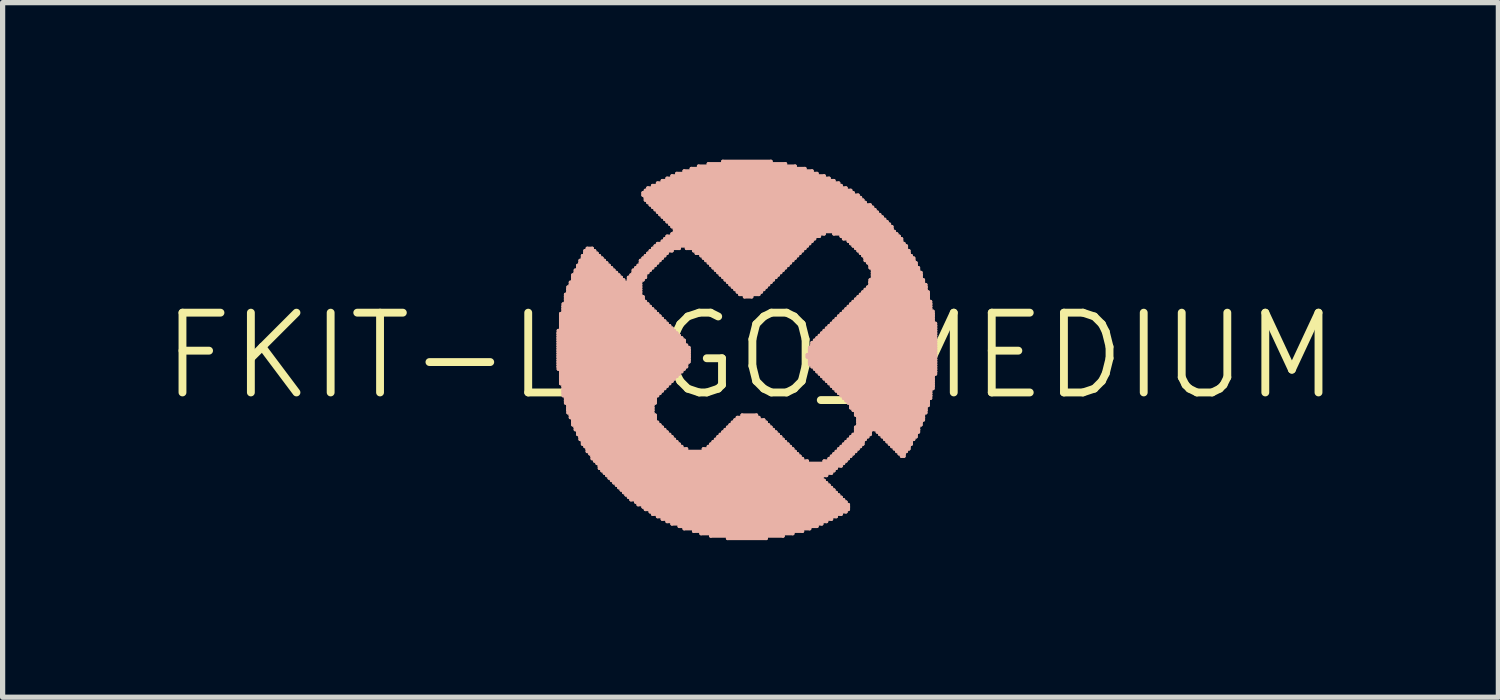
<source format=kicad_pcb>
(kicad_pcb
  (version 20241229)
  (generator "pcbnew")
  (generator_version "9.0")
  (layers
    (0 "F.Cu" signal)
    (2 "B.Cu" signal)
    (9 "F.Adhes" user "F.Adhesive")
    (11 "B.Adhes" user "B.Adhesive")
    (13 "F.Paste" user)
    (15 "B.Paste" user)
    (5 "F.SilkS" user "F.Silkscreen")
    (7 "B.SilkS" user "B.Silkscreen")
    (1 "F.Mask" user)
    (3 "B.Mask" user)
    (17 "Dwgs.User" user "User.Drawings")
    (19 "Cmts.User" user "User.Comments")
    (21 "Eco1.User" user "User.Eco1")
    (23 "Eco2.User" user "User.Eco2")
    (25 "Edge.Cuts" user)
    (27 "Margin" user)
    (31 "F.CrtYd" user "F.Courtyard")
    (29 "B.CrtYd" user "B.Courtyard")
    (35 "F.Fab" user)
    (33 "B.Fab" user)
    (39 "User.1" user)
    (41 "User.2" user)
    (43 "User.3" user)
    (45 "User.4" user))
  (footprint "FKIT-LOGO_MEDIUM"
    (layer "F.Cu")
    (at 11.285 3.749)
    (property "Reference" "FKIT-LOGO_MEDIUM" (at 0 0 0) (layer "F.SilkS") (effects (font (size 1.524 1.524) (thickness 0.15))))
    (attr exclude_from_pos_files exclude_from_bom)
    (fp_line (start -3.67 -0.485) (end -1.453 -0.485) (stroke (width 0.066) (type solid)) (layer "B.SilkS"))
    (fp_line (start -3.67 -0.437) (end -3.67 -0.485) (stroke (width 0.066) (type solid)) (layer "B.SilkS"))
    (fp_line (start -3.67 -0.437) (end -1.453 -0.437) (stroke (width 0.066) (type solid)) (layer "B.SilkS"))
    (fp_line (start -3.67 -0.437) (end -1.407 -0.437) (stroke (width 0.066) (type solid)) (layer "B.SilkS"))
    (fp_line (start -3.67 -0.391) (end -3.67 -0.437) (stroke (width 0.066) (type solid)) (layer "B.SilkS"))
    (fp_line (start -3.67 -0.391) (end -1.407 -0.391) (stroke (width 0.066) (type solid)) (layer "B.SilkS"))
    (fp_line (start -3.67 -0.391) (end -1.361 -0.391) (stroke (width 0.066) (type solid)) (layer "B.SilkS"))
    (fp_line (start -3.67 -0.345) (end -3.67 -0.391) (stroke (width 0.066) (type solid)) (layer "B.SilkS"))
    (fp_line (start -3.67 -0.345) (end -1.361 -0.345) (stroke (width 0.066) (type solid)) (layer "B.SilkS"))
    (fp_line (start -3.67 -0.345) (end -1.313 -0.345) (stroke (width 0.066) (type solid)) (layer "B.SilkS"))
    (fp_line (start -3.67 -0.3) (end -3.67 -0.345) (stroke (width 0.066) (type solid)) (layer "B.SilkS"))
    (fp_line (start -3.67 -0.3) (end -1.313 -0.3) (stroke (width 0.066) (type solid)) (layer "B.SilkS"))
    (fp_line (start -3.67 -0.3) (end -1.267 -0.3) (stroke (width 0.066) (type solid)) (layer "B.SilkS"))
    (fp_line (start -3.67 -0.254) (end -3.67 -0.3) (stroke (width 0.066) (type solid)) (layer "B.SilkS"))
    (fp_line (start -3.67 -0.254) (end -1.267 -0.254) (stroke (width 0.066) (type solid)) (layer "B.SilkS"))
    (fp_line (start -3.67 -0.254) (end -1.267 -0.254) (stroke (width 0.066) (type solid)) (layer "B.SilkS"))
    (fp_line (start -3.67 -0.206) (end -3.67 -0.254) (stroke (width 0.066) (type solid)) (layer "B.SilkS"))
    (fp_line (start -3.67 -0.206) (end -1.267 -0.206) (stroke (width 0.066) (type solid)) (layer "B.SilkS"))
    (fp_line (start -3.67 -0.206) (end -1.222 -0.206) (stroke (width 0.066) (type solid)) (layer "B.SilkS"))
    (fp_line (start -3.67 -0.16) (end -3.67 -0.206) (stroke (width 0.066) (type solid)) (layer "B.SilkS"))
    (fp_line (start -3.67 -0.16) (end -1.222 -0.16) (stroke (width 0.066) (type solid)) (layer "B.SilkS"))
    (fp_line (start -3.67 -0.16) (end -1.176 -0.16) (stroke (width 0.066) (type solid)) (layer "B.SilkS"))
    (fp_line (start -3.67 -0.114) (end -3.67 -0.16) (stroke (width 0.066) (type solid)) (layer "B.SilkS"))
    (fp_line (start -3.67 -0.114) (end -1.176 -0.114) (stroke (width 0.066) (type solid)) (layer "B.SilkS"))
    (fp_line (start -3.67 -0.114) (end -1.176 -0.114) (stroke (width 0.066) (type solid)) (layer "B.SilkS"))
    (fp_line (start -3.67 -0.069) (end -3.67 -0.114) (stroke (width 0.066) (type solid)) (layer "B.SilkS"))
    (fp_line (start -3.67 -0.069) (end -1.176 -0.069) (stroke (width 0.066) (type solid)) (layer "B.SilkS"))
    (fp_line (start -3.67 -0.069) (end -1.176 -0.069) (stroke (width 0.066) (type solid)) (layer "B.SilkS"))
    (fp_line (start -3.67 -0.023) (end -3.67 -0.069) (stroke (width 0.066) (type solid)) (layer "B.SilkS"))
    (fp_line (start -3.67 -0.023) (end -1.176 -0.023) (stroke (width 0.066) (type solid)) (layer "B.SilkS"))
    (fp_line (start -3.67 -0.023) (end -1.176 -0.023) (stroke (width 0.066) (type solid)) (layer "B.SilkS"))
    (fp_line (start -3.67 0.02) (end -3.67 -0.023) (stroke (width 0.066) (type solid)) (layer "B.SilkS"))
    (fp_line (start -3.67 0.02) (end -1.176 0.02) (stroke (width 0.066) (type solid)) (layer "B.SilkS"))
    (fp_line (start -3.67 0.02) (end -1.176 0.02) (stroke (width 0.066) (type solid)) (layer "B.SilkS"))
    (fp_line (start -3.67 0.069) (end -3.67 0.02) (stroke (width 0.066) (type solid)) (layer "B.SilkS"))
    (fp_line (start -3.67 0.069) (end -1.176 0.069) (stroke (width 0.066) (type solid)) (layer "B.SilkS"))
    (fp_line (start -3.67 0.069) (end -1.176 0.069) (stroke (width 0.066) (type solid)) (layer "B.SilkS"))
    (fp_line (start -3.67 0.114) (end -3.67 0.069) (stroke (width 0.066) (type solid)) (layer "B.SilkS"))
    (fp_line (start -3.67 0.114) (end -1.222 0.114) (stroke (width 0.066) (type solid)) (layer "B.SilkS"))
    (fp_line (start -3.67 0.114) (end -1.176 0.114) (stroke (width 0.066) (type solid)) (layer "B.SilkS"))
    (fp_line (start -3.67 0.16) (end -3.67 0.114) (stroke (width 0.066) (type solid)) (layer "B.SilkS"))
    (fp_line (start -3.67 0.16) (end -1.222 0.16) (stroke (width 0.066) (type solid)) (layer "B.SilkS"))
    (fp_line (start -3.67 0.16) (end -1.222 0.16) (stroke (width 0.066) (type solid)) (layer "B.SilkS"))
    (fp_line (start -3.67 0.206) (end -3.67 0.16) (stroke (width 0.066) (type solid)) (layer "B.SilkS"))
    (fp_line (start -3.67 0.206) (end -1.267 0.206) (stroke (width 0.066) (type solid)) (layer "B.SilkS"))
    (fp_line (start -3.67 0.206) (end -1.222 0.206) (stroke (width 0.066) (type solid)) (layer "B.SilkS"))
    (fp_line (start -3.67 0.251) (end -3.67 0.206) (stroke (width 0.066) (type solid)) (layer "B.SilkS"))
    (fp_line (start -3.67 0.251) (end -1.267 0.251) (stroke (width 0.066) (type solid)) (layer "B.SilkS"))
    (fp_line (start -3.625 -0.808) (end -1.775 -0.808) (stroke (width 0.066) (type solid)) (layer "B.SilkS"))
    (fp_line (start -3.625 -0.762) (end -3.625 -0.808) (stroke (width 0.066) (type solid)) (layer "B.SilkS"))
    (fp_line (start -3.625 -0.762) (end -1.775 -0.762) (stroke (width 0.066) (type solid)) (layer "B.SilkS"))
    (fp_line (start -3.625 -0.762) (end -1.73 -0.762) (stroke (width 0.066) (type solid)) (layer "B.SilkS"))
    (fp_line (start -3.625 -0.714) (end -3.625 -0.762) (stroke (width 0.066) (type solid)) (layer "B.SilkS"))
    (fp_line (start -3.625 -0.714) (end -1.73 -0.714) (stroke (width 0.066) (type solid)) (layer "B.SilkS"))
    (fp_line (start -3.625 -0.714) (end -1.684 -0.714) (stroke (width 0.066) (type solid)) (layer "B.SilkS"))
    (fp_line (start -3.625 -0.668) (end -3.625 -0.714) (stroke (width 0.066) (type solid)) (layer "B.SilkS"))
    (fp_line (start -3.625 -0.668) (end -1.684 -0.668) (stroke (width 0.066) (type solid)) (layer "B.SilkS"))
    (fp_line (start -3.625 -0.668) (end -1.638 -0.668) (stroke (width 0.066) (type solid)) (layer "B.SilkS"))
    (fp_line (start -3.625 -0.622) (end -3.625 -0.668) (stroke (width 0.066) (type solid)) (layer "B.SilkS"))
    (fp_line (start -3.625 -0.622) (end -1.638 -0.622) (stroke (width 0.066) (type solid)) (layer "B.SilkS"))
    (fp_line (start -3.625 -0.622) (end -1.593 -0.622) (stroke (width 0.066) (type solid)) (layer "B.SilkS"))
    (fp_line (start -3.625 -0.577) (end -3.625 -0.622) (stroke (width 0.066) (type solid)) (layer "B.SilkS"))
    (fp_line (start -3.625 -0.577) (end -1.593 -0.577) (stroke (width 0.066) (type solid)) (layer "B.SilkS"))
    (fp_line (start -3.625 -0.577) (end -1.544 -0.577) (stroke (width 0.066) (type solid)) (layer "B.SilkS"))
    (fp_line (start -3.625 -0.531) (end -3.625 -0.577) (stroke (width 0.066) (type solid)) (layer "B.SilkS"))
    (fp_line (start -3.625 -0.531) (end -1.544 -0.531) (stroke (width 0.066) (type solid)) (layer "B.SilkS"))
    (fp_line (start -3.625 -0.531) (end -1.499 -0.531) (stroke (width 0.066) (type solid)) (layer "B.SilkS"))
    (fp_line (start -3.625 -0.485) (end -3.625 -0.531) (stroke (width 0.066) (type solid)) (layer "B.SilkS"))
    (fp_line (start -3.625 -0.485) (end -1.499 -0.485) (stroke (width 0.066) (type solid)) (layer "B.SilkS"))
    (fp_line (start -3.625 0.251) (end -1.313 0.251) (stroke (width 0.066) (type solid)) (layer "B.SilkS"))
    (fp_line (start -3.625 0.3) (end -3.625 0.251) (stroke (width 0.066) (type solid)) (layer "B.SilkS"))
    (fp_line (start -3.625 0.3) (end -1.361 0.3) (stroke (width 0.066) (type solid)) (layer "B.SilkS"))
    (fp_line (start -3.625 0.3) (end -1.313 0.3) (stroke (width 0.066) (type solid)) (layer "B.SilkS"))
    (fp_line (start -3.625 0.345) (end -3.625 0.3) (stroke (width 0.066) (type solid)) (layer "B.SilkS"))
    (fp_line (start -3.625 0.345) (end -1.407 0.345) (stroke (width 0.066) (type solid)) (layer "B.SilkS"))
    (fp_line (start -3.625 0.345) (end -1.361 0.345) (stroke (width 0.066) (type solid)) (layer "B.SilkS"))
    (fp_line (start -3.625 0.391) (end -3.625 0.345) (stroke (width 0.066) (type solid)) (layer "B.SilkS"))
    (fp_line (start -3.625 0.391) (end -1.453 0.391) (stroke (width 0.066) (type solid)) (layer "B.SilkS"))
    (fp_line (start -3.625 0.391) (end -1.407 0.391) (stroke (width 0.066) (type solid)) (layer "B.SilkS"))
    (fp_line (start -3.625 0.437) (end -3.625 0.391) (stroke (width 0.066) (type solid)) (layer "B.SilkS"))
    (fp_line (start -3.625 0.437) (end -1.499 0.437) (stroke (width 0.066) (type solid)) (layer "B.SilkS"))
    (fp_line (start -3.625 0.437) (end -1.453 0.437) (stroke (width 0.066) (type solid)) (layer "B.SilkS"))
    (fp_line (start -3.625 0.483) (end -3.625 0.437) (stroke (width 0.066) (type solid)) (layer "B.SilkS"))
    (fp_line (start -3.625 0.483) (end -1.544 0.483) (stroke (width 0.066) (type solid)) (layer "B.SilkS"))
    (fp_line (start -3.625 0.483) (end -1.499 0.483) (stroke (width 0.066) (type solid)) (layer "B.SilkS"))
    (fp_line (start -3.625 0.528) (end -3.625 0.483) (stroke (width 0.066) (type solid)) (layer "B.SilkS"))
    (fp_line (start -3.625 0.528) (end -1.544 0.528) (stroke (width 0.066) (type solid)) (layer "B.SilkS"))
    (fp_line (start -3.576 -0.993) (end -1.961 -0.993) (stroke (width 0.066) (type solid)) (layer "B.SilkS"))
    (fp_line (start -3.576 -0.945) (end -3.576 -0.993) (stroke (width 0.066) (type solid)) (layer "B.SilkS"))
    (fp_line (start -3.576 -0.945) (end -1.961 -0.945) (stroke (width 0.066) (type solid)) (layer "B.SilkS"))
    (fp_line (start -3.576 -0.945) (end -1.915 -0.945) (stroke (width 0.066) (type solid)) (layer "B.SilkS"))
    (fp_line (start -3.576 -0.899) (end -3.576 -0.945) (stroke (width 0.066) (type solid)) (layer "B.SilkS"))
    (fp_line (start -3.576 -0.899) (end -1.915 -0.899) (stroke (width 0.066) (type solid)) (layer "B.SilkS"))
    (fp_line (start -3.576 -0.899) (end -1.869 -0.899) (stroke (width 0.066) (type solid)) (layer "B.SilkS"))
    (fp_line (start -3.576 -0.853) (end -3.576 -0.899) (stroke (width 0.066) (type solid)) (layer "B.SilkS"))
    (fp_line (start -3.576 -0.853) (end -1.869 -0.853) (stroke (width 0.066) (type solid)) (layer "B.SilkS"))
    (fp_line (start -3.576 -0.853) (end -1.821 -0.853) (stroke (width 0.066) (type solid)) (layer "B.SilkS"))
    (fp_line (start -3.576 -0.808) (end -3.576 -0.853) (stroke (width 0.066) (type solid)) (layer "B.SilkS"))
    (fp_line (start -3.576 -0.808) (end -1.821 -0.808) (stroke (width 0.066) (type solid)) (layer "B.SilkS"))
    (fp_line (start -3.576 0.528) (end -1.593 0.528) (stroke (width 0.066) (type solid)) (layer "B.SilkS"))
    (fp_line (start -3.576 0.577) (end -3.576 0.528) (stroke (width 0.066) (type solid)) (layer "B.SilkS"))
    (fp_line (start -3.576 0.577) (end -1.638 0.577) (stroke (width 0.066) (type solid)) (layer "B.SilkS"))
    (fp_line (start -3.576 0.577) (end -1.593 0.577) (stroke (width 0.066) (type solid)) (layer "B.SilkS"))
    (fp_line (start -3.576 0.622) (end -3.576 0.577) (stroke (width 0.066) (type solid)) (layer "B.SilkS"))
    (fp_line (start -3.576 0.622) (end -1.684 0.622) (stroke (width 0.066) (type solid)) (layer "B.SilkS"))
    (fp_line (start -3.576 0.622) (end -1.638 0.622) (stroke (width 0.066) (type solid)) (layer "B.SilkS"))
    (fp_line (start -3.576 0.668) (end -3.576 0.622) (stroke (width 0.066) (type solid)) (layer "B.SilkS"))
    (fp_line (start -3.576 0.668) (end -1.73 0.668) (stroke (width 0.066) (type solid)) (layer "B.SilkS"))
    (fp_line (start -3.576 0.668) (end -1.684 0.668) (stroke (width 0.066) (type solid)) (layer "B.SilkS"))
    (fp_line (start -3.576 0.714) (end -3.576 0.668) (stroke (width 0.066) (type solid)) (layer "B.SilkS"))
    (fp_line (start -3.576 0.714) (end -1.775 0.714) (stroke (width 0.066) (type solid)) (layer "B.SilkS"))
    (fp_line (start -3.576 0.714) (end -1.73 0.714) (stroke (width 0.066) (type solid)) (layer "B.SilkS"))
    (fp_line (start -3.576 0.759) (end -3.576 0.714) (stroke (width 0.066) (type solid)) (layer "B.SilkS"))
    (fp_line (start -3.576 0.759) (end -1.775 0.759) (stroke (width 0.066) (type solid)) (layer "B.SilkS"))
    (fp_line (start -3.531 -1.176) (end -2.101 -1.176) (stroke (width 0.066) (type solid)) (layer "B.SilkS"))
    (fp_line (start -3.531 -1.13) (end -3.531 -1.176) (stroke (width 0.066) (type solid)) (layer "B.SilkS"))
    (fp_line (start -3.531 -1.13) (end -2.101 -1.13) (stroke (width 0.066) (type solid)) (layer "B.SilkS"))
    (fp_line (start -3.531 -1.13) (end -2.052 -1.13) (stroke (width 0.066) (type solid)) (layer "B.SilkS"))
    (fp_line (start -3.531 -1.085) (end -3.531 -1.13) (stroke (width 0.066) (type solid)) (layer "B.SilkS"))
    (fp_line (start -3.531 -1.085) (end -2.052 -1.085) (stroke (width 0.066) (type solid)) (layer "B.SilkS"))
    (fp_line (start -3.531 -1.085) (end -2.052 -1.085) (stroke (width 0.066) (type solid)) (layer "B.SilkS"))
    (fp_line (start -3.531 -1.039) (end -3.531 -1.085) (stroke (width 0.066) (type solid)) (layer "B.SilkS"))
    (fp_line (start -3.531 -1.039) (end -2.052 -1.039) (stroke (width 0.066) (type solid)) (layer "B.SilkS"))
    (fp_line (start -3.531 -1.039) (end -2.007 -1.039) (stroke (width 0.066) (type solid)) (layer "B.SilkS"))
    (fp_line (start -3.531 -0.993) (end -3.531 -1.039) (stroke (width 0.066) (type solid)) (layer "B.SilkS"))
    (fp_line (start -3.531 -0.993) (end -2.007 -0.993) (stroke (width 0.066) (type solid)) (layer "B.SilkS"))
    (fp_line (start -3.531 0.759) (end -1.821 0.759) (stroke (width 0.066) (type solid)) (layer "B.SilkS"))
    (fp_line (start -3.531 0.808) (end -3.531 0.759) (stroke (width 0.066) (type solid)) (layer "B.SilkS"))
    (fp_line (start -3.531 0.808) (end -1.821 0.808) (stroke (width 0.066) (type solid)) (layer "B.SilkS"))
    (fp_line (start -3.531 0.808) (end -1.821 0.808) (stroke (width 0.066) (type solid)) (layer "B.SilkS"))
    (fp_line (start -3.531 0.853) (end -3.531 0.808) (stroke (width 0.066) (type solid)) (layer "B.SilkS"))
    (fp_line (start -3.531 0.853) (end -1.821 0.853) (stroke (width 0.066) (type solid)) (layer "B.SilkS"))
    (fp_line (start -3.531 0.853) (end -1.821 0.853) (stroke (width 0.066) (type solid)) (layer "B.SilkS"))
    (fp_line (start -3.531 0.899) (end -3.531 0.853) (stroke (width 0.066) (type solid)) (layer "B.SilkS"))
    (fp_line (start -3.531 0.899) (end -1.821 0.899) (stroke (width 0.066) (type solid)) (layer "B.SilkS"))
    (fp_line (start -3.485 -1.316) (end -2.101 -1.316) (stroke (width 0.066) (type solid)) (layer "B.SilkS"))
    (fp_line (start -3.485 -1.27) (end -3.485 -1.316) (stroke (width 0.066) (type solid)) (layer "B.SilkS"))
    (fp_line (start -3.485 -1.27) (end -2.101 -1.27) (stroke (width 0.066) (type solid)) (layer "B.SilkS"))
    (fp_line (start -3.485 -1.27) (end -2.101 -1.27) (stroke (width 0.066) (type solid)) (layer "B.SilkS"))
    (fp_line (start -3.485 -1.222) (end -3.485 -1.27) (stroke (width 0.066) (type solid)) (layer "B.SilkS"))
    (fp_line (start -3.485 -1.222) (end -2.101 -1.222) (stroke (width 0.066) (type solid)) (layer "B.SilkS"))
    (fp_line (start -3.485 -1.222) (end -2.101 -1.222) (stroke (width 0.066) (type solid)) (layer "B.SilkS"))
    (fp_line (start -3.485 -1.176) (end -3.485 -1.222) (stroke (width 0.066) (type solid)) (layer "B.SilkS"))
    (fp_line (start -3.485 -1.176) (end -2.101 -1.176) (stroke (width 0.066) (type solid)) (layer "B.SilkS"))
    (fp_line (start -3.485 0.899) (end -1.869 0.899) (stroke (width 0.066) (type solid)) (layer "B.SilkS"))
    (fp_line (start -3.485 0.945) (end -3.485 0.899) (stroke (width 0.066) (type solid)) (layer "B.SilkS"))
    (fp_line (start -3.485 0.945) (end -1.869 0.945) (stroke (width 0.066) (type solid)) (layer "B.SilkS"))
    (fp_line (start -3.485 0.945) (end -1.869 0.945) (stroke (width 0.066) (type solid)) (layer "B.SilkS"))
    (fp_line (start -3.485 0.991) (end -3.485 0.945) (stroke (width 0.066) (type solid)) (layer "B.SilkS"))
    (fp_line (start -3.485 0.991) (end -1.869 0.991) (stroke (width 0.066) (type solid)) (layer "B.SilkS"))
    (fp_line (start -3.485 0.991) (end -1.869 0.991) (stroke (width 0.066) (type solid)) (layer "B.SilkS"))
    (fp_line (start -3.485 1.036) (end -3.485 0.991) (stroke (width 0.066) (type solid)) (layer "B.SilkS"))
    (fp_line (start -3.485 1.036) (end -1.869 1.036) (stroke (width 0.066) (type solid)) (layer "B.SilkS"))
    (fp_line (start -3.485 1.036) (end -1.869 1.036) (stroke (width 0.066) (type solid)) (layer "B.SilkS"))
    (fp_line (start -3.485 1.085) (end -3.485 1.036) (stroke (width 0.066) (type solid)) (layer "B.SilkS"))
    (fp_line (start -3.485 1.085) (end -1.869 1.085) (stroke (width 0.066) (type solid)) (layer "B.SilkS"))
    (fp_line (start -3.439 -1.407) (end -2.101 -1.407) (stroke (width 0.066) (type solid)) (layer "B.SilkS"))
    (fp_line (start -3.439 -1.361) (end -3.439 -1.407) (stroke (width 0.066) (type solid)) (layer "B.SilkS"))
    (fp_line (start -3.439 -1.361) (end -2.101 -1.361) (stroke (width 0.066) (type solid)) (layer "B.SilkS"))
    (fp_line (start -3.439 -1.361) (end -2.101 -1.361) (stroke (width 0.066) (type solid)) (layer "B.SilkS"))
    (fp_line (start -3.439 -1.316) (end -3.439 -1.361) (stroke (width 0.066) (type solid)) (layer "B.SilkS"))
    (fp_line (start -3.439 -1.316) (end -2.101 -1.316) (stroke (width 0.066) (type solid)) (layer "B.SilkS"))
    (fp_line (start -3.439 1.085) (end -1.869 1.085) (stroke (width 0.066) (type solid)) (layer "B.SilkS"))
    (fp_line (start -3.439 1.13) (end -3.439 1.085) (stroke (width 0.066) (type solid)) (layer "B.SilkS"))
    (fp_line (start -3.439 1.13) (end -1.869 1.13) (stroke (width 0.066) (type solid)) (layer "B.SilkS"))
    (fp_line (start -3.439 1.13) (end -1.821 1.13) (stroke (width 0.066) (type solid)) (layer "B.SilkS"))
    (fp_line (start -3.439 1.176) (end -3.439 1.13) (stroke (width 0.066) (type solid)) (layer "B.SilkS"))
    (fp_line (start -3.439 1.176) (end -1.821 1.176) (stroke (width 0.066) (type solid)) (layer "B.SilkS"))
    (fp_line (start -3.393 -1.547) (end -2.515 -1.547) (stroke (width 0.066) (type solid)) (layer "B.SilkS"))
    (fp_line (start -3.393 -1.501) (end -3.393 -1.547) (stroke (width 0.066) (type solid)) (layer "B.SilkS"))
    (fp_line (start -3.393 -1.501) (end -2.515 -1.501) (stroke (width 0.066) (type solid)) (layer "B.SilkS"))
    (fp_line (start -3.393 -1.501) (end -2.469 -1.501) (stroke (width 0.066) (type solid)) (layer "B.SilkS"))
    (fp_line (start -3.393 -1.453) (end -3.393 -1.501) (stroke (width 0.066) (type solid)) (layer "B.SilkS"))
    (fp_line (start -3.393 -1.453) (end -2.469 -1.453) (stroke (width 0.066) (type solid)) (layer "B.SilkS"))
    (fp_line (start -3.393 -1.453) (end -2.423 -1.453) (stroke (width 0.066) (type solid)) (layer "B.SilkS"))
    (fp_line (start -3.393 -1.407) (end -3.393 -1.453) (stroke (width 0.066) (type solid)) (layer "B.SilkS"))
    (fp_line (start -3.393 -1.407) (end -2.423 -1.407) (stroke (width 0.066) (type solid)) (layer "B.SilkS"))
    (fp_line (start -3.393 1.176) (end -1.821 1.176) (stroke (width 0.066) (type solid)) (layer "B.SilkS"))
    (fp_line (start -3.393 1.222) (end -3.393 1.176) (stroke (width 0.066) (type solid)) (layer "B.SilkS"))
    (fp_line (start -3.393 1.222) (end -1.821 1.222) (stroke (width 0.066) (type solid)) (layer "B.SilkS"))
    (fp_line (start -3.393 1.222) (end -1.821 1.222) (stroke (width 0.066) (type solid)) (layer "B.SilkS"))
    (fp_line (start -3.393 1.267) (end -3.393 1.222) (stroke (width 0.066) (type solid)) (layer "B.SilkS"))
    (fp_line (start -3.393 1.267) (end -1.821 1.267) (stroke (width 0.066) (type solid)) (layer "B.SilkS"))
    (fp_line (start -3.393 1.267) (end -1.775 1.267) (stroke (width 0.066) (type solid)) (layer "B.SilkS"))
    (fp_line (start -3.393 1.316) (end -3.393 1.267) (stroke (width 0.066) (type solid)) (layer "B.SilkS"))
    (fp_line (start -3.393 1.316) (end -1.775 1.316) (stroke (width 0.066) (type solid)) (layer "B.SilkS"))
    (fp_line (start -3.345 -1.638) (end -2.609 -1.638) (stroke (width 0.066) (type solid)) (layer "B.SilkS"))
    (fp_line (start -3.345 -1.593) (end -3.345 -1.638) (stroke (width 0.066) (type solid)) (layer "B.SilkS"))
    (fp_line (start -3.345 -1.593) (end -2.609 -1.593) (stroke (width 0.066) (type solid)) (layer "B.SilkS"))
    (fp_line (start -3.345 -1.593) (end -2.56 -1.593) (stroke (width 0.066) (type solid)) (layer "B.SilkS"))
    (fp_line (start -3.345 -1.547) (end -3.345 -1.593) (stroke (width 0.066) (type solid)) (layer "B.SilkS"))
    (fp_line (start -3.345 -1.547) (end -2.56 -1.547) (stroke (width 0.066) (type solid)) (layer "B.SilkS"))
    (fp_line (start -3.345 1.316) (end -1.73 1.316) (stroke (width 0.066) (type solid)) (layer "B.SilkS"))
    (fp_line (start -3.345 1.361) (end -3.345 1.316) (stroke (width 0.066) (type solid)) (layer "B.SilkS"))
    (fp_line (start -3.345 1.361) (end -1.73 1.361) (stroke (width 0.066) (type solid)) (layer "B.SilkS"))
    (fp_line (start -3.345 1.361) (end -1.684 1.361) (stroke (width 0.066) (type solid)) (layer "B.SilkS"))
    (fp_line (start -3.345 1.407) (end -3.345 1.361) (stroke (width 0.066) (type solid)) (layer "B.SilkS"))
    (fp_line (start -3.345 1.407) (end -1.684 1.407) (stroke (width 0.066) (type solid)) (layer "B.SilkS"))
    (fp_line (start -3.299 -1.73) (end -2.7 -1.73) (stroke (width 0.066) (type solid)) (layer "B.SilkS"))
    (fp_line (start -3.299 -1.684) (end -3.299 -1.73) (stroke (width 0.066) (type solid)) (layer "B.SilkS"))
    (fp_line (start -3.299 -1.684) (end -2.7 -1.684) (stroke (width 0.066) (type solid)) (layer "B.SilkS"))
    (fp_line (start -3.299 -1.684) (end -2.654 -1.684) (stroke (width 0.066) (type solid)) (layer "B.SilkS"))
    (fp_line (start -3.299 -1.638) (end -3.299 -1.684) (stroke (width 0.066) (type solid)) (layer "B.SilkS"))
    (fp_line (start -3.299 -1.638) (end -2.654 -1.638) (stroke (width 0.066) (type solid)) (layer "B.SilkS"))
    (fp_line (start -3.299 1.407) (end -1.638 1.407) (stroke (width 0.066) (type solid)) (layer "B.SilkS"))
    (fp_line (start -3.299 1.453) (end -3.299 1.407) (stroke (width 0.066) (type solid)) (layer "B.SilkS"))
    (fp_line (start -3.299 1.453) (end -1.638 1.453) (stroke (width 0.066) (type solid)) (layer "B.SilkS"))
    (fp_line (start -3.299 1.453) (end -1.593 1.453) (stroke (width 0.066) (type solid)) (layer "B.SilkS"))
    (fp_line (start -3.299 1.499) (end -3.299 1.453) (stroke (width 0.066) (type solid)) (layer "B.SilkS"))
    (fp_line (start -3.299 1.499) (end -1.593 1.499) (stroke (width 0.066) (type solid)) (layer "B.SilkS"))
    (fp_line (start -3.254 -1.824) (end -2.791 -1.824) (stroke (width 0.066) (type solid)) (layer "B.SilkS"))
    (fp_line (start -3.254 -1.778) (end -3.254 -1.824) (stroke (width 0.066) (type solid)) (layer "B.SilkS"))
    (fp_line (start -3.254 -1.778) (end -2.791 -1.778) (stroke (width 0.066) (type solid)) (layer "B.SilkS"))
    (fp_line (start -3.254 -1.778) (end -2.746 -1.778) (stroke (width 0.066) (type solid)) (layer "B.SilkS"))
    (fp_line (start -3.254 -1.73) (end -3.254 -1.778) (stroke (width 0.066) (type solid)) (layer "B.SilkS"))
    (fp_line (start -3.254 -1.73) (end -2.746 -1.73) (stroke (width 0.066) (type solid)) (layer "B.SilkS"))
    (fp_line (start -3.254 1.499) (end -1.544 1.499) (stroke (width 0.066) (type solid)) (layer "B.SilkS"))
    (fp_line (start -3.254 1.544) (end -3.254 1.499) (stroke (width 0.066) (type solid)) (layer "B.SilkS"))
    (fp_line (start -3.254 1.544) (end -1.544 1.544) (stroke (width 0.066) (type solid)) (layer "B.SilkS"))
    (fp_line (start -3.254 1.544) (end -1.499 1.544) (stroke (width 0.066) (type solid)) (layer "B.SilkS"))
    (fp_line (start -3.254 1.593) (end -3.254 1.544) (stroke (width 0.066) (type solid)) (layer "B.SilkS"))
    (fp_line (start -3.254 1.593) (end -1.499 1.593) (stroke (width 0.066) (type solid)) (layer "B.SilkS"))
    (fp_line (start -3.208 -1.915) (end -2.885 -1.915) (stroke (width 0.066) (type solid)) (layer "B.SilkS"))
    (fp_line (start -3.208 -1.869) (end -3.208 -1.915) (stroke (width 0.066) (type solid)) (layer "B.SilkS"))
    (fp_line (start -3.208 -1.869) (end -2.885 -1.869) (stroke (width 0.066) (type solid)) (layer "B.SilkS"))
    (fp_line (start -3.208 -1.869) (end -2.837 -1.869) (stroke (width 0.066) (type solid)) (layer "B.SilkS"))
    (fp_line (start -3.208 -1.824) (end -3.208 -1.869) (stroke (width 0.066) (type solid)) (layer "B.SilkS"))
    (fp_line (start -3.208 -1.824) (end -2.837 -1.824) (stroke (width 0.066) (type solid)) (layer "B.SilkS"))
    (fp_line (start -3.208 1.593) (end -1.453 1.593) (stroke (width 0.066) (type solid)) (layer "B.SilkS"))
    (fp_line (start -3.208 1.638) (end -3.208 1.593) (stroke (width 0.066) (type solid)) (layer "B.SilkS"))
    (fp_line (start -3.208 1.638) (end -1.453 1.638) (stroke (width 0.066) (type solid)) (layer "B.SilkS"))
    (fp_line (start -3.208 1.638) (end -1.407 1.638) (stroke (width 0.066) (type solid)) (layer "B.SilkS"))
    (fp_line (start -3.208 1.684) (end -3.208 1.638) (stroke (width 0.066) (type solid)) (layer "B.SilkS"))
    (fp_line (start -3.208 1.684) (end -1.407 1.684) (stroke (width 0.066) (type solid)) (layer "B.SilkS"))
    (fp_line (start -3.162 -2.009) (end -2.977 -2.009) (stroke (width 0.066) (type solid)) (layer "B.SilkS"))
    (fp_line (start -3.162 -1.961) (end -3.162 -2.009) (stroke (width 0.066) (type solid)) (layer "B.SilkS"))
    (fp_line (start -3.162 -1.961) (end -2.977 -1.961) (stroke (width 0.066) (type solid)) (layer "B.SilkS"))
    (fp_line (start -3.162 -1.961) (end -2.931 -1.961) (stroke (width 0.066) (type solid)) (layer "B.SilkS"))
    (fp_line (start -3.162 -1.915) (end -3.162 -1.961) (stroke (width 0.066) (type solid)) (layer "B.SilkS"))
    (fp_line (start -3.162 -1.915) (end -2.931 -1.915) (stroke (width 0.066) (type solid)) (layer "B.SilkS"))
    (fp_line (start -3.162 1.684) (end -1.361 1.684) (stroke (width 0.066) (type solid)) (layer "B.SilkS"))
    (fp_line (start -3.162 1.73) (end -3.162 1.684) (stroke (width 0.066) (type solid)) (layer "B.SilkS"))
    (fp_line (start -3.162 1.73) (end -1.361 1.73) (stroke (width 0.066) (type solid)) (layer "B.SilkS"))
    (fp_line (start -3.117 -2.055) (end -3.023 -2.055) (stroke (width 0.066) (type solid)) (layer "B.SilkS"))
    (fp_line (start -3.117 -2.009) (end -3.117 -2.055) (stroke (width 0.066) (type solid)) (layer "B.SilkS"))
    (fp_line (start -3.117 -2.009) (end -3.023 -2.009) (stroke (width 0.066) (type solid)) (layer "B.SilkS"))
    (fp_line (start -3.117 1.73) (end -1.313 1.73) (stroke (width 0.066) (type solid)) (layer "B.SilkS"))
    (fp_line (start -3.117 1.775) (end -3.117 1.73) (stroke (width 0.066) (type solid)) (layer "B.SilkS"))
    (fp_line (start -3.117 1.775) (end -1.313 1.775) (stroke (width 0.066) (type solid)) (layer "B.SilkS"))
    (fp_line (start -3.117 1.775) (end -1.222 1.775) (stroke (width 0.066) (type solid)) (layer "B.SilkS"))
    (fp_line (start -3.117 1.824) (end -3.117 1.775) (stroke (width 0.066) (type solid)) (layer "B.SilkS"))
    (fp_line (start -3.117 1.824) (end -1.222 1.824) (stroke (width 0.066) (type solid)) (layer "B.SilkS"))
    (fp_line (start -3.068 1.824) (end 0.853 1.824) (stroke (width 0.066) (type solid)) (layer "B.SilkS"))
    (fp_line (start -3.068 1.869) (end -3.068 1.824) (stroke (width 0.066) (type solid)) (layer "B.SilkS"))
    (fp_line (start -3.068 1.869) (end 0.853 1.869) (stroke (width 0.066) (type solid)) (layer "B.SilkS"))
    (fp_line (start -3.023 -2.009) (end -3.023 -2.055) (stroke (width 0.066) (type solid)) (layer "B.SilkS"))
    (fp_line (start -3.023 1.869) (end 0.899 1.869) (stroke (width 0.066) (type solid)) (layer "B.SilkS"))
    (fp_line (start -3.023 1.915) (end -3.023 1.869) (stroke (width 0.066) (type solid)) (layer "B.SilkS"))
    (fp_line (start -3.023 1.915) (end 0.899 1.915) (stroke (width 0.066) (type solid)) (layer "B.SilkS"))
    (fp_line (start -3.023 1.915) (end 0.945 1.915) (stroke (width 0.066) (type solid)) (layer "B.SilkS"))
    (fp_line (start -3.023 1.961) (end -3.023 1.915) (stroke (width 0.066) (type solid)) (layer "B.SilkS"))
    (fp_line (start -3.023 1.961) (end 0.945 1.961) (stroke (width 0.066) (type solid)) (layer "B.SilkS"))
    (fp_line (start -2.977 -1.961) (end -2.977 -2.009) (stroke (width 0.066) (type solid)) (layer "B.SilkS"))
    (fp_line (start -2.977 1.961) (end 0.993 1.961) (stroke (width 0.066) (type solid)) (layer "B.SilkS"))
    (fp_line (start -2.977 2.007) (end -2.977 1.961) (stroke (width 0.066) (type solid)) (layer "B.SilkS"))
    (fp_line (start -2.977 2.007) (end 0.993 2.007) (stroke (width 0.066) (type solid)) (layer "B.SilkS"))
    (fp_line (start -2.931 -1.915) (end -2.931 -1.961) (stroke (width 0.066) (type solid)) (layer "B.SilkS"))
    (fp_line (start -2.931 2.007) (end 1.085 2.007) (stroke (width 0.066) (type solid)) (layer "B.SilkS"))
    (fp_line (start -2.931 2.052) (end -2.931 2.007) (stroke (width 0.066) (type solid)) (layer "B.SilkS"))
    (fp_line (start -2.931 2.052) (end 1.085 2.052) (stroke (width 0.066) (type solid)) (layer "B.SilkS"))
    (fp_line (start -2.885 -1.869) (end -2.885 -1.915) (stroke (width 0.066) (type solid)) (layer "B.SilkS"))
    (fp_line (start -2.885 2.052) (end 1.732 2.052) (stroke (width 0.066) (type solid)) (layer "B.SilkS"))
    (fp_line (start -2.885 2.101) (end -2.885 2.052) (stroke (width 0.066) (type solid)) (layer "B.SilkS"))
    (fp_line (start -2.885 2.101) (end 1.638 2.101) (stroke (width 0.066) (type solid)) (layer "B.SilkS"))
    (fp_line (start -2.885 2.101) (end 1.732 2.101) (stroke (width 0.066) (type solid)) (layer "B.SilkS"))
    (fp_line (start -2.885 2.146) (end -2.885 2.101) (stroke (width 0.066) (type solid)) (layer "B.SilkS"))
    (fp_line (start -2.885 2.146) (end 1.638 2.146) (stroke (width 0.066) (type solid)) (layer "B.SilkS"))
    (fp_line (start -2.837 -1.824) (end -2.837 -1.869) (stroke (width 0.066) (type solid)) (layer "B.SilkS"))
    (fp_line (start -2.837 2.146) (end 1.593 2.146) (stroke (width 0.066) (type solid)) (layer "B.SilkS"))
    (fp_line (start -2.837 2.192) (end -2.837 2.146) (stroke (width 0.066) (type solid)) (layer "B.SilkS"))
    (fp_line (start -2.837 2.192) (end 1.593 2.192) (stroke (width 0.066) (type solid)) (layer "B.SilkS"))
    (fp_line (start -2.791 -1.778) (end -2.791 -1.824) (stroke (width 0.066) (type solid)) (layer "B.SilkS"))
    (fp_line (start -2.791 2.192) (end 1.547 2.192) (stroke (width 0.066) (type solid)) (layer "B.SilkS"))
    (fp_line (start -2.791 2.238) (end -2.791 2.192) (stroke (width 0.066) (type solid)) (layer "B.SilkS"))
    (fp_line (start -2.791 2.238) (end 1.547 2.238) (stroke (width 0.066) (type solid)) (layer "B.SilkS"))
    (fp_line (start -2.746 -1.73) (end -2.746 -1.778) (stroke (width 0.066) (type solid)) (layer "B.SilkS"))
    (fp_line (start -2.746 2.238) (end 1.453 2.238) (stroke (width 0.066) (type solid)) (layer "B.SilkS"))
    (fp_line (start -2.746 2.283) (end -2.746 2.238) (stroke (width 0.066) (type solid)) (layer "B.SilkS"))
    (fp_line (start -2.746 2.283) (end 1.453 2.283) (stroke (width 0.066) (type solid)) (layer "B.SilkS"))
    (fp_line (start -2.7 -1.684) (end -2.7 -1.73) (stroke (width 0.066) (type solid)) (layer "B.SilkS"))
    (fp_line (start -2.7 2.283) (end 1.361 2.283) (stroke (width 0.066) (type solid)) (layer "B.SilkS"))
    (fp_line (start -2.7 2.332) (end -2.7 2.283) (stroke (width 0.066) (type solid)) (layer "B.SilkS"))
    (fp_line (start -2.7 2.332) (end 1.361 2.332) (stroke (width 0.066) (type solid)) (layer "B.SilkS"))
    (fp_line (start -2.654 -1.638) (end -2.654 -1.684) (stroke (width 0.066) (type solid)) (layer "B.SilkS"))
    (fp_line (start -2.654 2.332) (end 1.361 2.332) (stroke (width 0.066) (type solid)) (layer "B.SilkS"))
    (fp_line (start -2.654 2.377) (end -2.654 2.332) (stroke (width 0.066) (type solid)) (layer "B.SilkS"))
    (fp_line (start -2.654 2.377) (end 1.361 2.377) (stroke (width 0.066) (type solid)) (layer "B.SilkS"))
    (fp_line (start -2.609 -1.593) (end -2.609 -1.638) (stroke (width 0.066) (type solid)) (layer "B.SilkS"))
    (fp_line (start -2.609 2.377) (end 1.407 2.377) (stroke (width 0.066) (type solid)) (layer "B.SilkS"))
    (fp_line (start -2.609 2.423) (end -2.609 2.377) (stroke (width 0.066) (type solid)) (layer "B.SilkS"))
    (fp_line (start -2.609 2.423) (end 1.407 2.423) (stroke (width 0.066) (type solid)) (layer "B.SilkS"))
    (fp_line (start -2.56 -1.547) (end -2.56 -1.593) (stroke (width 0.066) (type solid)) (layer "B.SilkS"))
    (fp_line (start -2.56 2.423) (end 1.453 2.423) (stroke (width 0.066) (type solid)) (layer "B.SilkS"))
    (fp_line (start -2.56 2.469) (end -2.56 2.423) (stroke (width 0.066) (type solid)) (layer "B.SilkS"))
    (fp_line (start -2.56 2.469) (end 1.453 2.469) (stroke (width 0.066) (type solid)) (layer "B.SilkS"))
    (fp_line (start -2.515 -1.501) (end -2.515 -1.547) (stroke (width 0.066) (type solid)) (layer "B.SilkS"))
    (fp_line (start -2.515 2.469) (end 1.501 2.469) (stroke (width 0.066) (type solid)) (layer "B.SilkS"))
    (fp_line (start -2.515 2.515) (end -2.515 2.469) (stroke (width 0.066) (type solid)) (layer "B.SilkS"))
    (fp_line (start -2.515 2.515) (end 1.501 2.515) (stroke (width 0.066) (type solid)) (layer "B.SilkS"))
    (fp_line (start -2.469 -1.453) (end -2.469 -1.501) (stroke (width 0.066) (type solid)) (layer "B.SilkS"))
    (fp_line (start -2.469 2.515) (end 1.547 2.515) (stroke (width 0.066) (type solid)) (layer "B.SilkS"))
    (fp_line (start -2.469 2.56) (end -2.469 2.515) (stroke (width 0.066) (type solid)) (layer "B.SilkS"))
    (fp_line (start -2.469 2.56) (end 1.547 2.56) (stroke (width 0.066) (type solid)) (layer "B.SilkS"))
    (fp_line (start -2.423 -1.407) (end -2.423 -1.453) (stroke (width 0.066) (type solid)) (layer "B.SilkS"))
    (fp_line (start -2.423 2.56) (end 1.593 2.56) (stroke (width 0.066) (type solid)) (layer "B.SilkS"))
    (fp_line (start -2.423 2.609) (end -2.423 2.56) (stroke (width 0.066) (type solid)) (layer "B.SilkS"))
    (fp_line (start -2.423 2.609) (end 1.593 2.609) (stroke (width 0.066) (type solid)) (layer "B.SilkS"))
    (fp_line (start -2.377 2.609) (end 1.638 2.609) (stroke (width 0.066) (type solid)) (layer "B.SilkS"))
    (fp_line (start -2.377 2.654) (end -2.377 2.609) (stroke (width 0.066) (type solid)) (layer "B.SilkS"))
    (fp_line (start -2.377 2.654) (end 1.638 2.654) (stroke (width 0.066) (type solid)) (layer "B.SilkS"))
    (fp_line (start -2.329 -1.501) (end -2.052 -1.501) (stroke (width 0.066) (type solid)) (layer "B.SilkS"))
    (fp_line (start -2.329 -1.453) (end -2.329 -1.501) (stroke (width 0.066) (type solid)) (layer "B.SilkS"))
    (fp_line (start -2.329 -1.453) (end -2.101 -1.453) (stroke (width 0.066) (type solid)) (layer "B.SilkS"))
    (fp_line (start -2.329 -1.453) (end -2.052 -1.453) (stroke (width 0.066) (type solid)) (layer "B.SilkS"))
    (fp_line (start -2.329 -1.407) (end -2.329 -1.453) (stroke (width 0.066) (type solid)) (layer "B.SilkS"))
    (fp_line (start -2.329 -1.407) (end -2.101 -1.407) (stroke (width 0.066) (type solid)) (layer "B.SilkS"))
    (fp_line (start -2.329 2.654) (end 1.684 2.654) (stroke (width 0.066) (type solid)) (layer "B.SilkS"))
    (fp_line (start -2.329 2.7) (end -2.329 2.654) (stroke (width 0.066) (type solid)) (layer "B.SilkS"))
    (fp_line (start -2.329 2.7) (end 1.684 2.7) (stroke (width 0.066) (type solid)) (layer "B.SilkS"))
    (fp_line (start -2.283 -1.547) (end -2.007 -1.547) (stroke (width 0.066) (type solid)) (layer "B.SilkS"))
    (fp_line (start -2.283 -1.501) (end -2.283 -1.547) (stroke (width 0.066) (type solid)) (layer "B.SilkS"))
    (fp_line (start -2.283 -1.501) (end -2.007 -1.501) (stroke (width 0.066) (type solid)) (layer "B.SilkS"))
    (fp_line (start -2.283 2.7) (end 1.732 2.7) (stroke (width 0.066) (type solid)) (layer "B.SilkS"))
    (fp_line (start -2.283 2.746) (end -2.283 2.7) (stroke (width 0.066) (type solid)) (layer "B.SilkS"))
    (fp_line (start -2.283 2.746) (end 1.732 2.746) (stroke (width 0.066) (type solid)) (layer "B.SilkS"))
    (fp_line (start -2.238 -1.638) (end -1.961 -1.638) (stroke (width 0.066) (type solid)) (layer "B.SilkS"))
    (fp_line (start -2.238 -1.593) (end -2.238 -1.638) (stroke (width 0.066) (type solid)) (layer "B.SilkS"))
    (fp_line (start -2.238 -1.593) (end -2.007 -1.593) (stroke (width 0.066) (type solid)) (layer "B.SilkS"))
    (fp_line (start -2.238 -1.593) (end -1.961 -1.593) (stroke (width 0.066) (type solid)) (layer "B.SilkS"))
    (fp_line (start -2.238 -1.547) (end -2.238 -1.593) (stroke (width 0.066) (type solid)) (layer "B.SilkS"))
    (fp_line (start -2.238 -1.547) (end -2.007 -1.547) (stroke (width 0.066) (type solid)) (layer "B.SilkS"))
    (fp_line (start -2.192 -1.684) (end -1.915 -1.684) (stroke (width 0.066) (type solid)) (layer "B.SilkS"))
    (fp_line (start -2.192 -1.638) (end -2.192 -1.684) (stroke (width 0.066) (type solid)) (layer "B.SilkS"))
    (fp_line (start -2.192 -1.638) (end -1.915 -1.638) (stroke (width 0.066) (type solid)) (layer "B.SilkS"))
    (fp_line (start -2.192 2.746) (end 1.778 2.746) (stroke (width 0.066) (type solid)) (layer "B.SilkS"))
    (fp_line (start -2.192 2.791) (end -2.192 2.746) (stroke (width 0.066) (type solid)) (layer "B.SilkS"))
    (fp_line (start -2.192 2.791) (end 1.778 2.791) (stroke (width 0.066) (type solid)) (layer "B.SilkS"))
    (fp_line (start -2.146 -1.73) (end -1.869 -1.73) (stroke (width 0.066) (type solid)) (layer "B.SilkS"))
    (fp_line (start -2.146 -1.684) (end -2.146 -1.73) (stroke (width 0.066) (type solid)) (layer "B.SilkS"))
    (fp_line (start -2.146 -1.684) (end -1.869 -1.684) (stroke (width 0.066) (type solid)) (layer "B.SilkS"))
    (fp_line (start -2.146 2.791) (end 1.824 2.791) (stroke (width 0.066) (type solid)) (layer "B.SilkS"))
    (fp_line (start -2.146 2.84) (end -2.146 2.791) (stroke (width 0.066) (type solid)) (layer "B.SilkS"))
    (fp_line (start -2.146 2.84) (end 1.824 2.84) (stroke (width 0.066) (type solid)) (layer "B.SilkS"))
    (fp_line (start -2.101 -1.824) (end -1.775 -1.824) (stroke (width 0.066) (type solid)) (layer "B.SilkS"))
    (fp_line (start -2.101 -1.778) (end -2.101 -1.824) (stroke (width 0.066) (type solid)) (layer "B.SilkS"))
    (fp_line (start -2.101 -1.778) (end -1.821 -1.778) (stroke (width 0.066) (type solid)) (layer "B.SilkS"))
    (fp_line (start -2.101 -1.778) (end -1.775 -1.778) (stroke (width 0.066) (type solid)) (layer "B.SilkS"))
    (fp_line (start -2.101 -1.73) (end -2.101 -1.778) (stroke (width 0.066) (type solid)) (layer "B.SilkS"))
    (fp_line (start -2.101 -1.73) (end -1.821 -1.73) (stroke (width 0.066) (type solid)) (layer "B.SilkS"))
    (fp_line (start -2.101 -1.407) (end -2.101 -1.453) (stroke (width 0.066) (type solid)) (layer "B.SilkS"))
    (fp_line (start -2.101 -1.361) (end -2.101 -1.407) (stroke (width 0.066) (type solid)) (layer "B.SilkS"))
    (fp_line (start -2.101 -1.316) (end -2.101 -1.361) (stroke (width 0.066) (type solid)) (layer "B.SilkS"))
    (fp_line (start -2.101 -1.27) (end -2.101 -1.316) (stroke (width 0.066) (type solid)) (layer "B.SilkS"))
    (fp_line (start -2.101 -1.222) (end -2.101 -1.27) (stroke (width 0.066) (type solid)) (layer "B.SilkS"))
    (fp_line (start -2.101 -1.176) (end -2.101 -1.222) (stroke (width 0.066) (type solid)) (layer "B.SilkS"))
    (fp_line (start -2.101 -1.13) (end -2.101 -1.176) (stroke (width 0.066) (type solid)) (layer "B.SilkS"))
    (fp_line (start -2.052 -3.117) (end 1.961 -3.117) (stroke (width 0.066) (type solid)) (layer "B.SilkS"))
    (fp_line (start -2.052 -3.071) (end -2.052 -3.117) (stroke (width 0.066) (type solid)) (layer "B.SilkS"))
    (fp_line (start -2.052 -3.071) (end 1.961 -3.071) (stroke (width 0.066) (type solid)) (layer "B.SilkS"))
    (fp_line (start -2.052 -1.869) (end -1.73 -1.869) (stroke (width 0.066) (type solid)) (layer "B.SilkS"))
    (fp_line (start -2.052 -1.824) (end -2.052 -1.869) (stroke (width 0.066) (type solid)) (layer "B.SilkS"))
    (fp_line (start -2.052 -1.824) (end -1.73 -1.824) (stroke (width 0.066) (type solid)) (layer "B.SilkS"))
    (fp_line (start -2.052 -1.453) (end -2.052 -1.501) (stroke (width 0.066) (type solid)) (layer "B.SilkS"))
    (fp_line (start -2.052 -1.085) (end -2.052 -1.13) (stroke (width 0.066) (type solid)) (layer "B.SilkS"))
    (fp_line (start -2.052 -1.039) (end -2.052 -1.085) (stroke (width 0.066) (type solid)) (layer "B.SilkS"))
    (fp_line (start -2.052 2.84) (end 1.869 2.84) (stroke (width 0.066) (type solid)) (layer "B.SilkS"))
    (fp_line (start -2.052 2.885) (end -2.052 2.84) (stroke (width 0.066) (type solid)) (layer "B.SilkS"))
    (fp_line (start -2.052 2.885) (end 1.869 2.885) (stroke (width 0.066) (type solid)) (layer "B.SilkS"))
    (fp_line (start -2.007 -3.162) (end 1.915 -3.162) (stroke (width 0.066) (type solid)) (layer "B.SilkS"))
    (fp_line (start -2.007 -3.117) (end -2.007 -3.162) (stroke (width 0.066) (type solid)) (layer "B.SilkS"))
    (fp_line (start -2.007 -3.117) (end 1.915 -3.117) (stroke (width 0.066) (type solid)) (layer "B.SilkS"))
    (fp_line (start -2.007 -3.071) (end 2.055 -3.071) (stroke (width 0.066) (type solid)) (layer "B.SilkS"))
    (fp_line (start -2.007 -3.025) (end -2.007 -3.071) (stroke (width 0.066) (type solid)) (layer "B.SilkS"))
    (fp_line (start -2.007 -3.025) (end 2.055 -3.025) (stroke (width 0.066) (type solid)) (layer "B.SilkS"))
    (fp_line (start -2.007 -3.025) (end 2.101 -3.025) (stroke (width 0.066) (type solid)) (layer "B.SilkS"))
    (fp_line (start -2.007 -2.977) (end -2.007 -3.025) (stroke (width 0.066) (type solid)) (layer "B.SilkS"))
    (fp_line (start -2.007 -2.977) (end 2.101 -2.977) (stroke (width 0.066) (type solid)) (layer "B.SilkS"))
    (fp_line (start -2.007 -1.915) (end -1.684 -1.915) (stroke (width 0.066) (type solid)) (layer "B.SilkS"))
    (fp_line (start -2.007 -1.869) (end -2.007 -1.915) (stroke (width 0.066) (type solid)) (layer "B.SilkS"))
    (fp_line (start -2.007 -1.869) (end -1.684 -1.869) (stroke (width 0.066) (type solid)) (layer "B.SilkS"))
    (fp_line (start -2.007 -1.547) (end -2.007 -1.593) (stroke (width 0.066) (type solid)) (layer "B.SilkS"))
    (fp_line (start -2.007 -1.501) (end -2.007 -1.547) (stroke (width 0.066) (type solid)) (layer "B.SilkS"))
    (fp_line (start -2.007 -0.993) (end -2.007 -1.039) (stroke (width 0.066) (type solid)) (layer "B.SilkS"))
    (fp_line (start -2.007 2.885) (end 1.869 2.885) (stroke (width 0.066) (type solid)) (layer "B.SilkS"))
    (fp_line (start -2.007 2.931) (end -2.007 2.885) (stroke (width 0.066) (type solid)) (layer "B.SilkS"))
    (fp_line (start -2.007 2.931) (end 1.869 2.931) (stroke (width 0.066) (type solid)) (layer "B.SilkS"))
    (fp_line (start -1.961 -3.208) (end 1.824 -3.208) (stroke (width 0.066) (type solid)) (layer "B.SilkS"))
    (fp_line (start -1.961 -3.162) (end -1.961 -3.208) (stroke (width 0.066) (type solid)) (layer "B.SilkS"))
    (fp_line (start -1.961 -3.162) (end 1.824 -3.162) (stroke (width 0.066) (type solid)) (layer "B.SilkS"))
    (fp_line (start -1.961 -2.977) (end 2.146 -2.977) (stroke (width 0.066) (type solid)) (layer "B.SilkS"))
    (fp_line (start -1.961 -2.931) (end -1.961 -2.977) (stroke (width 0.066) (type solid)) (layer "B.SilkS"))
    (fp_line (start -1.961 -2.931) (end 2.146 -2.931) (stroke (width 0.066) (type solid)) (layer "B.SilkS"))
    (fp_line (start -1.961 -1.961) (end -1.638 -1.961) (stroke (width 0.066) (type solid)) (layer "B.SilkS"))
    (fp_line (start -1.961 -1.915) (end -1.961 -1.961) (stroke (width 0.066) (type solid)) (layer "B.SilkS"))
    (fp_line (start -1.961 -1.915) (end -1.638 -1.915) (stroke (width 0.066) (type solid)) (layer "B.SilkS"))
    (fp_line (start -1.961 -1.593) (end -1.961 -1.638) (stroke (width 0.066) (type solid)) (layer "B.SilkS"))
    (fp_line (start -1.961 -0.945) (end -1.961 -0.993) (stroke (width 0.066) (type solid)) (layer "B.SilkS"))
    (fp_line (start -1.915 -2.931) (end 2.192 -2.931) (stroke (width 0.066) (type solid)) (layer "B.SilkS"))
    (fp_line (start -1.915 -2.885) (end -1.915 -2.931) (stroke (width 0.066) (type solid)) (layer "B.SilkS"))
    (fp_line (start -1.915 -2.885) (end 2.192 -2.885) (stroke (width 0.066) (type solid)) (layer "B.SilkS"))
    (fp_line (start -1.915 -2.009) (end -1.593 -2.009) (stroke (width 0.066) (type solid)) (layer "B.SilkS"))
    (fp_line (start -1.915 -1.961) (end -1.915 -2.009) (stroke (width 0.066) (type solid)) (layer "B.SilkS"))
    (fp_line (start -1.915 -1.961) (end -1.593 -1.961) (stroke (width 0.066) (type solid)) (layer "B.SilkS"))
    (fp_line (start -1.915 -1.638) (end -1.915 -1.684) (stroke (width 0.066) (type solid)) (layer "B.SilkS"))
    (fp_line (start -1.915 -0.899) (end -1.915 -0.945) (stroke (width 0.066) (type solid)) (layer "B.SilkS"))
    (fp_line (start -1.915 2.931) (end 1.824 2.931) (stroke (width 0.066) (type solid)) (layer "B.SilkS"))
    (fp_line (start -1.915 2.977) (end -1.915 2.931) (stroke (width 0.066) (type solid)) (layer "B.SilkS"))
    (fp_line (start -1.915 2.977) (end 1.824 2.977) (stroke (width 0.066) (type solid)) (layer "B.SilkS"))
    (fp_line (start -1.869 -3.254) (end 1.732 -3.254) (stroke (width 0.066) (type solid)) (layer "B.SilkS"))
    (fp_line (start -1.869 -3.208) (end -1.869 -3.254) (stroke (width 0.066) (type solid)) (layer "B.SilkS"))
    (fp_line (start -1.869 -3.208) (end 1.732 -3.208) (stroke (width 0.066) (type solid)) (layer "B.SilkS"))
    (fp_line (start -1.869 -2.885) (end 2.286 -2.885) (stroke (width 0.066) (type solid)) (layer "B.SilkS"))
    (fp_line (start -1.869 -2.84) (end -1.869 -2.885) (stroke (width 0.066) (type solid)) (layer "B.SilkS"))
    (fp_line (start -1.869 -2.84) (end 2.286 -2.84) (stroke (width 0.066) (type solid)) (layer "B.SilkS"))
    (fp_line (start -1.869 -2.055) (end -1.499 -2.055) (stroke (width 0.066) (type solid)) (layer "B.SilkS"))
    (fp_line (start -1.869 -2.009) (end -1.869 -2.055) (stroke (width 0.066) (type solid)) (layer "B.SilkS"))
    (fp_line (start -1.869 -2.009) (end -1.499 -2.009) (stroke (width 0.066) (type solid)) (layer "B.SilkS"))
    (fp_line (start -1.869 -1.684) (end -1.869 -1.73) (stroke (width 0.066) (type solid)) (layer "B.SilkS"))
    (fp_line (start -1.869 -0.853) (end -1.869 -0.899) (stroke (width 0.066) (type solid)) (layer "B.SilkS"))
    (fp_line (start -1.869 0.945) (end -1.869 0.899) (stroke (width 0.066) (type solid)) (layer "B.SilkS"))
    (fp_line (start -1.869 0.991) (end -1.869 0.945) (stroke (width 0.066) (type solid)) (layer "B.SilkS"))
    (fp_line (start -1.869 1.036) (end -1.869 0.991) (stroke (width 0.066) (type solid)) (layer "B.SilkS"))
    (fp_line (start -1.869 1.085) (end -1.869 1.036) (stroke (width 0.066) (type solid)) (layer "B.SilkS"))
    (fp_line (start -1.869 1.13) (end -1.869 1.085) (stroke (width 0.066) (type solid)) (layer "B.SilkS"))
    (fp_line (start -1.869 2.977) (end 1.732 2.977) (stroke (width 0.066) (type solid)) (layer "B.SilkS"))
    (fp_line (start -1.869 3.023) (end -1.869 2.977) (stroke (width 0.066) (type solid)) (layer "B.SilkS"))
    (fp_line (start -1.869 3.023) (end 1.732 3.023) (stroke (width 0.066) (type solid)) (layer "B.SilkS"))
    (fp_line (start -1.821 -2.84) (end 2.332 -2.84) (stroke (width 0.066) (type solid)) (layer "B.SilkS"))
    (fp_line (start -1.821 -2.794) (end -1.821 -2.84) (stroke (width 0.066) (type solid)) (layer "B.SilkS"))
    (fp_line (start -1.821 -2.794) (end 2.332 -2.794) (stroke (width 0.066) (type solid)) (layer "B.SilkS"))
    (fp_line (start -1.821 -2.101) (end -1.361 -2.101) (stroke (width 0.066) (type solid)) (layer "B.SilkS"))
    (fp_line (start -1.821 -2.055) (end -1.821 -2.101) (stroke (width 0.066) (type solid)) (layer "B.SilkS"))
    (fp_line (start -1.821 -2.055) (end -1.361 -2.055) (stroke (width 0.066) (type solid)) (layer "B.SilkS"))
    (fp_line (start -1.821 -1.73) (end -1.821 -1.778) (stroke (width 0.066) (type solid)) (layer "B.SilkS"))
    (fp_line (start -1.821 -0.808) (end -1.821 -0.853) (stroke (width 0.066) (type solid)) (layer "B.SilkS"))
    (fp_line (start -1.821 0.808) (end -1.821 0.759) (stroke (width 0.066) (type solid)) (layer "B.SilkS"))
    (fp_line (start -1.821 0.853) (end -1.821 0.808) (stroke (width 0.066) (type solid)) (layer "B.SilkS"))
    (fp_line (start -1.821 0.899) (end -1.821 0.853) (stroke (width 0.066) (type solid)) (layer "B.SilkS"))
    (fp_line (start -1.821 1.176) (end -1.821 1.13) (stroke (width 0.066) (type solid)) (layer "B.SilkS"))
    (fp_line (start -1.821 1.222) (end -1.821 1.176) (stroke (width 0.066) (type solid)) (layer "B.SilkS"))
    (fp_line (start -1.821 1.267) (end -1.821 1.222) (stroke (width 0.066) (type solid)) (layer "B.SilkS"))
    (fp_line (start -1.775 -3.302) (end 1.684 -3.302) (stroke (width 0.066) (type solid)) (layer "B.SilkS"))
    (fp_line (start -1.775 -3.254) (end -1.775 -3.302) (stroke (width 0.066) (type solid)) (layer "B.SilkS"))
    (fp_line (start -1.775 -3.254) (end 1.684 -3.254) (stroke (width 0.066) (type solid)) (layer "B.SilkS"))
    (fp_line (start -1.775 -2.794) (end 2.377 -2.794) (stroke (width 0.066) (type solid)) (layer "B.SilkS"))
    (fp_line (start -1.775 -2.746) (end -1.775 -2.794) (stroke (width 0.066) (type solid)) (layer "B.SilkS"))
    (fp_line (start -1.775 -2.746) (end 2.377 -2.746) (stroke (width 0.066) (type solid)) (layer "B.SilkS"))
    (fp_line (start -1.775 -2.146) (end 1.085 -2.146) (stroke (width 0.066) (type solid)) (layer "B.SilkS"))
    (fp_line (start -1.775 -2.101) (end -1.775 -2.146) (stroke (width 0.066) (type solid)) (layer "B.SilkS"))
    (fp_line (start -1.775 -2.101) (end 1.085 -2.101) (stroke (width 0.066) (type solid)) (layer "B.SilkS"))
    (fp_line (start -1.775 -1.778) (end -1.775 -1.824) (stroke (width 0.066) (type solid)) (layer "B.SilkS"))
    (fp_line (start -1.775 -0.762) (end -1.775 -0.808) (stroke (width 0.066) (type solid)) (layer "B.SilkS"))
    (fp_line (start -1.775 0.759) (end -1.775 0.714) (stroke (width 0.066) (type solid)) (layer "B.SilkS"))
    (fp_line (start -1.775 1.316) (end -1.775 1.267) (stroke (width 0.066) (type solid)) (layer "B.SilkS"))
    (fp_line (start -1.775 3.023) (end 1.638 3.023) (stroke (width 0.066) (type solid)) (layer "B.SilkS"))
    (fp_line (start -1.775 3.068) (end -1.775 3.023) (stroke (width 0.066) (type solid)) (layer "B.SilkS"))
    (fp_line (start -1.775 3.068) (end 1.638 3.068) (stroke (width 0.066) (type solid)) (layer "B.SilkS"))
    (fp_line (start -1.73 -2.746) (end 2.423 -2.746) (stroke (width 0.066) (type solid)) (layer "B.SilkS"))
    (fp_line (start -1.73 -2.7) (end -1.73 -2.746) (stroke (width 0.066) (type solid)) (layer "B.SilkS"))
    (fp_line (start -1.73 -2.7) (end 2.423 -2.7) (stroke (width 0.066) (type solid)) (layer "B.SilkS"))
    (fp_line (start -1.73 -1.824) (end -1.73 -1.869) (stroke (width 0.066) (type solid)) (layer "B.SilkS"))
    (fp_line (start -1.73 -0.714) (end -1.73 -0.762) (stroke (width 0.066) (type solid)) (layer "B.SilkS"))
    (fp_line (start -1.73 0.714) (end -1.73 0.668) (stroke (width 0.066) (type solid)) (layer "B.SilkS"))
    (fp_line (start -1.73 1.361) (end -1.73 1.316) (stroke (width 0.066) (type solid)) (layer "B.SilkS"))
    (fp_line (start -1.684 -3.348) (end 1.593 -3.348) (stroke (width 0.066) (type solid)) (layer "B.SilkS"))
    (fp_line (start -1.684 -3.302) (end -1.684 -3.348) (stroke (width 0.066) (type solid)) (layer "B.SilkS"))
    (fp_line (start -1.684 -3.302) (end 1.593 -3.302) (stroke (width 0.066) (type solid)) (layer "B.SilkS"))
    (fp_line (start -1.684 -2.7) (end 2.469 -2.7) (stroke (width 0.066) (type solid)) (layer "B.SilkS"))
    (fp_line (start -1.684 -2.654) (end -1.684 -2.7) (stroke (width 0.066) (type solid)) (layer "B.SilkS"))
    (fp_line (start -1.684 -2.654) (end 2.469 -2.654) (stroke (width 0.066) (type solid)) (layer "B.SilkS"))
    (fp_line (start -1.684 -2.192) (end 1.13 -2.192) (stroke (width 0.066) (type solid)) (layer "B.SilkS"))
    (fp_line (start -1.684 -2.146) (end -1.684 -2.192) (stroke (width 0.066) (type solid)) (layer "B.SilkS"))
    (fp_line (start -1.684 -2.146) (end 1.13 -2.146) (stroke (width 0.066) (type solid)) (layer "B.SilkS"))
    (fp_line (start -1.684 -1.869) (end -1.684 -1.915) (stroke (width 0.066) (type solid)) (layer "B.SilkS"))
    (fp_line (start -1.684 -0.668) (end -1.684 -0.714) (stroke (width 0.066) (type solid)) (layer "B.SilkS"))
    (fp_line (start -1.684 0.668) (end -1.684 0.622) (stroke (width 0.066) (type solid)) (layer "B.SilkS"))
    (fp_line (start -1.684 1.407) (end -1.684 1.361) (stroke (width 0.066) (type solid)) (layer "B.SilkS"))
    (fp_line (start -1.684 3.068) (end 1.547 3.068) (stroke (width 0.066) (type solid)) (layer "B.SilkS"))
    (fp_line (start -1.684 3.117) (end -1.684 3.068) (stroke (width 0.066) (type solid)) (layer "B.SilkS"))
    (fp_line (start -1.684 3.117) (end 1.547 3.117) (stroke (width 0.066) (type solid)) (layer "B.SilkS"))
    (fp_line (start -1.638 -2.654) (end 2.517 -2.654) (stroke (width 0.066) (type solid)) (layer "B.SilkS"))
    (fp_line (start -1.638 -2.609) (end -1.638 -2.654) (stroke (width 0.066) (type solid)) (layer "B.SilkS"))
    (fp_line (start -1.638 -2.609) (end 2.517 -2.609) (stroke (width 0.066) (type solid)) (layer "B.SilkS"))
    (fp_line (start -1.638 -2.238) (end 1.176 -2.238) (stroke (width 0.066) (type solid)) (layer "B.SilkS"))
    (fp_line (start -1.638 -2.192) (end -1.638 -2.238) (stroke (width 0.066) (type solid)) (layer "B.SilkS"))
    (fp_line (start -1.638 -2.192) (end 1.176 -2.192) (stroke (width 0.066) (type solid)) (layer "B.SilkS"))
    (fp_line (start -1.638 -1.915) (end -1.638 -1.961) (stroke (width 0.066) (type solid)) (layer "B.SilkS"))
    (fp_line (start -1.638 -0.622) (end -1.638 -0.668) (stroke (width 0.066) (type solid)) (layer "B.SilkS"))
    (fp_line (start -1.638 0.622) (end -1.638 0.577) (stroke (width 0.066) (type solid)) (layer "B.SilkS"))
    (fp_line (start -1.638 1.453) (end -1.638 1.407) (stroke (width 0.066) (type solid)) (layer "B.SilkS"))
    (fp_line (start -1.593 -3.393) (end 1.501 -3.393) (stroke (width 0.066) (type solid)) (layer "B.SilkS"))
    (fp_line (start -1.593 -3.348) (end -1.593 -3.393) (stroke (width 0.066) (type solid)) (layer "B.SilkS"))
    (fp_line (start -1.593 -3.348) (end 1.501 -3.348) (stroke (width 0.066) (type solid)) (layer "B.SilkS"))
    (fp_line (start -1.593 -2.609) (end 2.563 -2.609) (stroke (width 0.066) (type solid)) (layer "B.SilkS"))
    (fp_line (start -1.593 -2.563) (end -1.593 -2.609) (stroke (width 0.066) (type solid)) (layer "B.SilkS"))
    (fp_line (start -1.593 -2.563) (end 2.563 -2.563) (stroke (width 0.066) (type solid)) (layer "B.SilkS"))
    (fp_line (start -1.593 -2.286) (end 1.224 -2.286) (stroke (width 0.066) (type solid)) (layer "B.SilkS"))
    (fp_line (start -1.593 -2.238) (end -1.593 -2.286) (stroke (width 0.066) (type solid)) (layer "B.SilkS"))
    (fp_line (start -1.593 -2.238) (end 1.224 -2.238) (stroke (width 0.066) (type solid)) (layer "B.SilkS"))
    (fp_line (start -1.593 -1.961) (end -1.593 -2.009) (stroke (width 0.066) (type solid)) (layer "B.SilkS"))
    (fp_line (start -1.593 -0.577) (end -1.593 -0.622) (stroke (width 0.066) (type solid)) (layer "B.SilkS"))
    (fp_line (start -1.593 0.577) (end -1.593 0.528) (stroke (width 0.066) (type solid)) (layer "B.SilkS"))
    (fp_line (start -1.593 1.499) (end -1.593 1.453) (stroke (width 0.066) (type solid)) (layer "B.SilkS"))
    (fp_line (start -1.593 3.117) (end 1.453 3.117) (stroke (width 0.066) (type solid)) (layer "B.SilkS"))
    (fp_line (start -1.593 3.162) (end -1.593 3.117) (stroke (width 0.066) (type solid)) (layer "B.SilkS"))
    (fp_line (start -1.593 3.162) (end 1.453 3.162) (stroke (width 0.066) (type solid)) (layer "B.SilkS"))
    (fp_line (start -1.544 -2.563) (end 2.609 -2.563) (stroke (width 0.066) (type solid)) (layer "B.SilkS"))
    (fp_line (start -1.544 -2.517) (end -1.544 -2.563) (stroke (width 0.066) (type solid)) (layer "B.SilkS"))
    (fp_line (start -1.544 -2.517) (end 2.609 -2.517) (stroke (width 0.066) (type solid)) (layer "B.SilkS"))
    (fp_line (start -1.544 -0.531) (end -1.544 -0.577) (stroke (width 0.066) (type solid)) (layer "B.SilkS"))
    (fp_line (start -1.544 0.528) (end -1.544 0.483) (stroke (width 0.066) (type solid)) (layer "B.SilkS"))
    (fp_line (start -1.544 1.544) (end -1.544 1.499) (stroke (width 0.066) (type solid)) (layer "B.SilkS"))
    (fp_line (start -1.499 -3.439) (end 1.407 -3.439) (stroke (width 0.066) (type solid)) (layer "B.SilkS"))
    (fp_line (start -1.499 -3.393) (end -1.499 -3.439) (stroke (width 0.066) (type solid)) (layer "B.SilkS"))
    (fp_line (start -1.499 -3.393) (end 1.407 -3.393) (stroke (width 0.066) (type solid)) (layer "B.SilkS"))
    (fp_line (start -1.499 -2.517) (end 2.654 -2.517) (stroke (width 0.066) (type solid)) (layer "B.SilkS"))
    (fp_line (start -1.499 -2.469) (end -1.499 -2.517) (stroke (width 0.066) (type solid)) (layer "B.SilkS"))
    (fp_line (start -1.499 -2.469) (end 2.654 -2.469) (stroke (width 0.066) (type solid)) (layer "B.SilkS"))
    (fp_line (start -1.499 -2.332) (end 1.316 -2.332) (stroke (width 0.066) (type solid)) (layer "B.SilkS"))
    (fp_line (start -1.499 -2.286) (end -1.499 -2.332) (stroke (width 0.066) (type solid)) (layer "B.SilkS"))
    (fp_line (start -1.499 -2.286) (end 1.316 -2.286) (stroke (width 0.066) (type solid)) (layer "B.SilkS"))
    (fp_line (start -1.499 -2.009) (end -1.499 -2.055) (stroke (width 0.066) (type solid)) (layer "B.SilkS"))
    (fp_line (start -1.499 -0.485) (end -1.499 -0.531) (stroke (width 0.066) (type solid)) (layer "B.SilkS"))
    (fp_line (start -1.499 0.483) (end -1.499 0.437) (stroke (width 0.066) (type solid)) (layer "B.SilkS"))
    (fp_line (start -1.499 1.593) (end -1.499 1.544) (stroke (width 0.066) (type solid)) (layer "B.SilkS"))
    (fp_line (start -1.499 3.162) (end 1.361 3.162) (stroke (width 0.066) (type solid)) (layer "B.SilkS"))
    (fp_line (start -1.499 3.208) (end -1.499 3.162) (stroke (width 0.066) (type solid)) (layer "B.SilkS"))
    (fp_line (start -1.499 3.208) (end 1.361 3.208) (stroke (width 0.066) (type solid)) (layer "B.SilkS"))
    (fp_line (start -1.453 -2.469) (end 2.7 -2.469) (stroke (width 0.066) (type solid)) (layer "B.SilkS"))
    (fp_line (start -1.453 -2.423) (end -1.453 -2.469) (stroke (width 0.066) (type solid)) (layer "B.SilkS"))
    (fp_line (start -1.453 -2.423) (end 2.7 -2.423) (stroke (width 0.066) (type solid)) (layer "B.SilkS"))
    (fp_line (start -1.453 -2.377) (end 1.407 -2.377) (stroke (width 0.066) (type solid)) (layer "B.SilkS"))
    (fp_line (start -1.453 -2.332) (end -1.453 -2.377) (stroke (width 0.066) (type solid)) (layer "B.SilkS"))
    (fp_line (start -1.453 -2.332) (end 1.407 -2.332) (stroke (width 0.066) (type solid)) (layer "B.SilkS"))
    (fp_line (start -1.453 -0.437) (end -1.453 -0.485) (stroke (width 0.066) (type solid)) (layer "B.SilkS"))
    (fp_line (start -1.453 0.437) (end -1.453 0.391) (stroke (width 0.066) (type solid)) (layer "B.SilkS"))
    (fp_line (start -1.453 1.638) (end -1.453 1.593) (stroke (width 0.066) (type solid)) (layer "B.SilkS"))
    (fp_line (start -1.407 -3.485) (end 1.27 -3.485) (stroke (width 0.066) (type solid)) (layer "B.SilkS"))
    (fp_line (start -1.407 -3.439) (end -1.407 -3.485) (stroke (width 0.066) (type solid)) (layer "B.SilkS"))
    (fp_line (start -1.407 -3.439) (end 1.27 -3.439) (stroke (width 0.066) (type solid)) (layer "B.SilkS"))
    (fp_line (start -1.407 -2.423) (end 2.7 -2.423) (stroke (width 0.066) (type solid)) (layer "B.SilkS"))
    (fp_line (start -1.407 -2.377) (end -1.407 -2.423) (stroke (width 0.066) (type solid)) (layer "B.SilkS"))
    (fp_line (start -1.407 -2.377) (end 2.7 -2.377) (stroke (width 0.066) (type solid)) (layer "B.SilkS"))
    (fp_line (start -1.407 -0.391) (end -1.407 -0.437) (stroke (width 0.066) (type solid)) (layer "B.SilkS"))
    (fp_line (start -1.407 0.391) (end -1.407 0.345) (stroke (width 0.066) (type solid)) (layer "B.SilkS"))
    (fp_line (start -1.407 1.684) (end -1.407 1.638) (stroke (width 0.066) (type solid)) (layer "B.SilkS"))
    (fp_line (start -1.361 -2.055) (end -1.361 -2.101) (stroke (width 0.066) (type solid)) (layer "B.SilkS"))
    (fp_line (start -1.361 -0.345) (end -1.361 -0.391) (stroke (width 0.066) (type solid)) (layer "B.SilkS"))
    (fp_line (start -1.361 0.345) (end -1.361 0.3) (stroke (width 0.066) (type solid)) (layer "B.SilkS"))
    (fp_line (start -1.361 1.73) (end -1.361 1.684) (stroke (width 0.066) (type solid)) (layer "B.SilkS"))
    (fp_line (start -1.361 3.208) (end 1.27 3.208) (stroke (width 0.066) (type solid)) (layer "B.SilkS"))
    (fp_line (start -1.361 3.254) (end -1.361 3.208) (stroke (width 0.066) (type solid)) (layer "B.SilkS"))
    (fp_line (start -1.361 3.254) (end 1.27 3.254) (stroke (width 0.066) (type solid)) (layer "B.SilkS"))
    (fp_line (start -1.313 -0.3) (end -1.313 -0.345) (stroke (width 0.066) (type solid)) (layer "B.SilkS"))
    (fp_line (start -1.313 0.3) (end -1.313 0.251) (stroke (width 0.066) (type solid)) (layer "B.SilkS"))
    (fp_line (start -1.313 1.775) (end -1.313 1.73) (stroke (width 0.066) (type solid)) (layer "B.SilkS"))
    (fp_line (start -1.267 -3.533) (end 1.176 -3.533) (stroke (width 0.066) (type solid)) (layer "B.SilkS"))
    (fp_line (start -1.267 -3.485) (end -1.267 -3.533) (stroke (width 0.066) (type solid)) (layer "B.SilkS"))
    (fp_line (start -1.267 -3.485) (end 1.176 -3.485) (stroke (width 0.066) (type solid)) (layer "B.SilkS"))
    (fp_line (start -1.267 -0.254) (end -1.267 -0.3) (stroke (width 0.066) (type solid)) (layer "B.SilkS"))
    (fp_line (start -1.267 -0.206) (end -1.267 -0.254) (stroke (width 0.066) (type solid)) (layer "B.SilkS"))
    (fp_line (start -1.267 0.251) (end -1.267 0.206) (stroke (width 0.066) (type solid)) (layer "B.SilkS"))
    (fp_line (start -1.267 3.254) (end 1.13 3.254) (stroke (width 0.066) (type solid)) (layer "B.SilkS"))
    (fp_line (start -1.267 3.299) (end -1.267 3.254) (stroke (width 0.066) (type solid)) (layer "B.SilkS"))
    (fp_line (start -1.267 3.299) (end 1.13 3.299) (stroke (width 0.066) (type solid)) (layer "B.SilkS"))
    (fp_line (start -1.222 -2.101) (end 1.039 -2.101) (stroke (width 0.066) (type solid)) (layer "B.SilkS"))
    (fp_line (start -1.222 -2.055) (end -1.222 -2.101) (stroke (width 0.066) (type solid)) (layer "B.SilkS"))
    (fp_line (start -1.222 -2.055) (end 1.039 -2.055) (stroke (width 0.066) (type solid)) (layer "B.SilkS"))
    (fp_line (start -1.222 -0.16) (end -1.222 -0.206) (stroke (width 0.066) (type solid)) (layer "B.SilkS"))
    (fp_line (start -1.222 0.16) (end -1.222 0.114) (stroke (width 0.066) (type solid)) (layer "B.SilkS"))
    (fp_line (start -1.222 0.206) (end -1.222 0.16) (stroke (width 0.066) (type solid)) (layer "B.SilkS"))
    (fp_line (start -1.222 1.824) (end -1.222 1.775) (stroke (width 0.066) (type solid)) (layer "B.SilkS"))
    (fp_line (start -1.176 -0.114) (end -1.176 -0.16) (stroke (width 0.066) (type solid)) (layer "B.SilkS"))
    (fp_line (start -1.176 -0.069) (end -1.176 -0.114) (stroke (width 0.066) (type solid)) (layer "B.SilkS"))
    (fp_line (start -1.176 -0.023) (end -1.176 -0.069) (stroke (width 0.066) (type solid)) (layer "B.SilkS"))
    (fp_line (start -1.176 0.02) (end -1.176 -0.023) (stroke (width 0.066) (type solid)) (layer "B.SilkS"))
    (fp_line (start -1.176 0.069) (end -1.176 0.02) (stroke (width 0.066) (type solid)) (layer "B.SilkS"))
    (fp_line (start -1.176 0.114) (end -1.176 0.069) (stroke (width 0.066) (type solid)) (layer "B.SilkS"))
    (fp_line (start -1.13 -3.579) (end 1.039 -3.579) (stroke (width 0.066) (type solid)) (layer "B.SilkS"))
    (fp_line (start -1.13 -3.533) (end -1.13 -3.579) (stroke (width 0.066) (type solid)) (layer "B.SilkS"))
    (fp_line (start -1.13 -3.533) (end 1.039 -3.533) (stroke (width 0.066) (type solid)) (layer "B.SilkS"))
    (fp_line (start -1.085 -2.055) (end 0.993 -2.055) (stroke (width 0.066) (type solid)) (layer "B.SilkS"))
    (fp_line (start -1.085 -2.009) (end -1.085 -2.055) (stroke (width 0.066) (type solid)) (layer "B.SilkS"))
    (fp_line (start -1.085 -2.009) (end 0.993 -2.009) (stroke (width 0.066) (type solid)) (layer "B.SilkS"))
    (fp_line (start -1.085 3.299) (end 0.993 3.299) (stroke (width 0.066) (type solid)) (layer "B.SilkS"))
    (fp_line (start -1.085 3.348) (end -1.085 3.299) (stroke (width 0.066) (type solid)) (layer "B.SilkS"))
    (fp_line (start -1.085 3.348) (end 0.993 3.348) (stroke (width 0.066) (type solid)) (layer "B.SilkS"))
    (fp_line (start -1.036 -2.009) (end 0.945 -2.009) (stroke (width 0.066) (type solid)) (layer "B.SilkS"))
    (fp_line (start -1.036 -1.961) (end -1.036 -2.009) (stroke (width 0.066) (type solid)) (layer "B.SilkS"))
    (fp_line (start -1.036 -1.961) (end 0.945 -1.961) (stroke (width 0.066) (type solid)) (layer "B.SilkS"))
    (fp_line (start -0.991 -3.625) (end 0.853 -3.625) (stroke (width 0.066) (type solid)) (layer "B.SilkS"))
    (fp_line (start -0.991 -3.579) (end -0.991 -3.625) (stroke (width 0.066) (type solid)) (layer "B.SilkS"))
    (fp_line (start -0.991 -3.579) (end 0.853 -3.579) (stroke (width 0.066) (type solid)) (layer "B.SilkS"))
    (fp_line (start -0.945 -1.961) (end 0.899 -1.961) (stroke (width 0.066) (type solid)) (layer "B.SilkS"))
    (fp_line (start -0.945 -1.915) (end -0.945 -1.961) (stroke (width 0.066) (type solid)) (layer "B.SilkS"))
    (fp_line (start -0.945 -1.915) (end 0.899 -1.915) (stroke (width 0.066) (type solid)) (layer "B.SilkS"))
    (fp_line (start -0.945 3.348) (end 0.808 3.348) (stroke (width 0.066) (type solid)) (layer "B.SilkS"))
    (fp_line (start -0.945 3.393) (end -0.945 3.348) (stroke (width 0.066) (type solid)) (layer "B.SilkS"))
    (fp_line (start -0.945 3.393) (end 0.808 3.393) (stroke (width 0.066) (type solid)) (layer "B.SilkS"))
    (fp_line (start -0.899 -1.915) (end 0.853 -1.915) (stroke (width 0.066) (type solid)) (layer "B.SilkS"))
    (fp_line (start -0.899 -1.869) (end -0.899 -1.915) (stroke (width 0.066) (type solid)) (layer "B.SilkS"))
    (fp_line (start -0.899 -1.869) (end 0.853 -1.869) (stroke (width 0.066) (type solid)) (layer "B.SilkS"))
    (fp_line (start -0.899 1.775) (end 0.808 1.775) (stroke (width 0.066) (type solid)) (layer "B.SilkS"))
    (fp_line (start -0.899 1.824) (end -0.899 1.775) (stroke (width 0.066) (type solid)) (layer "B.SilkS"))
    (fp_line (start -0.899 1.824) (end 0.808 1.824) (stroke (width 0.066) (type solid)) (layer "B.SilkS"))
    (fp_line (start -0.853 -1.869) (end 0.808 -1.869) (stroke (width 0.066) (type solid)) (layer "B.SilkS"))
    (fp_line (start -0.853 -1.824) (end -0.853 -1.869) (stroke (width 0.066) (type solid)) (layer "B.SilkS"))
    (fp_line (start -0.853 -1.824) (end 0.808 -1.824) (stroke (width 0.066) (type solid)) (layer "B.SilkS"))
    (fp_line (start -0.805 -3.67) (end 0.668 -3.67) (stroke (width 0.066) (type solid)) (layer "B.SilkS"))
    (fp_line (start -0.805 -3.625) (end -0.805 -3.67) (stroke (width 0.066) (type solid)) (layer "B.SilkS"))
    (fp_line (start -0.805 -3.625) (end 0.668 -3.625) (stroke (width 0.066) (type solid)) (layer "B.SilkS"))
    (fp_line (start -0.805 -1.824) (end 0.762 -1.824) (stroke (width 0.066) (type solid)) (layer "B.SilkS"))
    (fp_line (start -0.805 -1.778) (end -0.805 -1.824) (stroke (width 0.066) (type solid)) (layer "B.SilkS"))
    (fp_line (start -0.805 -1.778) (end 0.762 -1.778) (stroke (width 0.066) (type solid)) (layer "B.SilkS"))
    (fp_line (start -0.805 1.73) (end 0.762 1.73) (stroke (width 0.066) (type solid)) (layer "B.SilkS"))
    (fp_line (start -0.805 1.775) (end -0.805 1.73) (stroke (width 0.066) (type solid)) (layer "B.SilkS"))
    (fp_line (start -0.805 1.775) (end 0.762 1.775) (stroke (width 0.066) (type solid)) (layer "B.SilkS"))
    (fp_line (start -0.759 -1.778) (end 0.716 -1.778) (stroke (width 0.066) (type solid)) (layer "B.SilkS"))
    (fp_line (start -0.759 -1.73) (end -0.759 -1.778) (stroke (width 0.066) (type solid)) (layer "B.SilkS"))
    (fp_line (start -0.759 -1.73) (end 0.716 -1.73) (stroke (width 0.066) (type solid)) (layer "B.SilkS"))
    (fp_line (start -0.759 1.684) (end 0.716 1.684) (stroke (width 0.066) (type solid)) (layer "B.SilkS"))
    (fp_line (start -0.759 1.73) (end -0.759 1.684) (stroke (width 0.066) (type solid)) (layer "B.SilkS"))
    (fp_line (start -0.759 1.73) (end 0.716 1.73) (stroke (width 0.066) (type solid)) (layer "B.SilkS"))
    (fp_line (start -0.759 3.393) (end 0.622 3.393) (stroke (width 0.066) (type solid)) (layer "B.SilkS"))
    (fp_line (start -0.759 3.439) (end -0.759 3.393) (stroke (width 0.066) (type solid)) (layer "B.SilkS"))
    (fp_line (start -0.759 3.439) (end 0.622 3.439) (stroke (width 0.066) (type solid)) (layer "B.SilkS"))
    (fp_line (start -0.714 -1.73) (end 0.668 -1.73) (stroke (width 0.066) (type solid)) (layer "B.SilkS"))
    (fp_line (start -0.714 -1.684) (end -0.714 -1.73) (stroke (width 0.066) (type solid)) (layer "B.SilkS"))
    (fp_line (start -0.714 -1.684) (end 0.668 -1.684) (stroke (width 0.066) (type solid)) (layer "B.SilkS"))
    (fp_line (start -0.714 1.638) (end 0.668 1.638) (stroke (width 0.066) (type solid)) (layer "B.SilkS"))
    (fp_line (start -0.714 1.684) (end -0.714 1.638) (stroke (width 0.066) (type solid)) (layer "B.SilkS"))
    (fp_line (start -0.714 1.684) (end 0.668 1.684) (stroke (width 0.066) (type solid)) (layer "B.SilkS"))
    (fp_line (start -0.668 -1.684) (end 0.622 -1.684) (stroke (width 0.066) (type solid)) (layer "B.SilkS"))
    (fp_line (start -0.668 -1.638) (end -0.668 -1.684) (stroke (width 0.066) (type solid)) (layer "B.SilkS"))
    (fp_line (start -0.668 -1.638) (end 0.622 -1.638) (stroke (width 0.066) (type solid)) (layer "B.SilkS"))
    (fp_line (start -0.668 1.593) (end 0.622 1.593) (stroke (width 0.066) (type solid)) (layer "B.SilkS"))
    (fp_line (start -0.668 1.638) (end -0.668 1.593) (stroke (width 0.066) (type solid)) (layer "B.SilkS"))
    (fp_line (start -0.668 1.638) (end 0.622 1.638) (stroke (width 0.066) (type solid)) (layer "B.SilkS"))
    (fp_line (start -0.622 -1.638) (end 0.577 -1.638) (stroke (width 0.066) (type solid)) (layer "B.SilkS"))
    (fp_line (start -0.622 -1.593) (end -0.622 -1.638) (stroke (width 0.066) (type solid)) (layer "B.SilkS"))
    (fp_line (start -0.622 -1.593) (end 0.577 -1.593) (stroke (width 0.066) (type solid)) (layer "B.SilkS"))
    (fp_line (start -0.622 1.544) (end 0.577 1.544) (stroke (width 0.066) (type solid)) (layer "B.SilkS"))
    (fp_line (start -0.622 1.593) (end -0.622 1.544) (stroke (width 0.066) (type solid)) (layer "B.SilkS"))
    (fp_line (start -0.622 1.593) (end 0.577 1.593) (stroke (width 0.066) (type solid)) (layer "B.SilkS"))
    (fp_line (start -0.577 -1.593) (end 0.531 -1.593) (stroke (width 0.066) (type solid)) (layer "B.SilkS"))
    (fp_line (start -0.577 -1.547) (end -0.577 -1.593) (stroke (width 0.066) (type solid)) (layer "B.SilkS"))
    (fp_line (start -0.577 -1.547) (end 0.531 -1.547) (stroke (width 0.066) (type solid)) (layer "B.SilkS"))
    (fp_line (start -0.577 1.499) (end 0.531 1.499) (stroke (width 0.066) (type solid)) (layer "B.SilkS"))
    (fp_line (start -0.577 1.544) (end -0.577 1.499) (stroke (width 0.066) (type solid)) (layer "B.SilkS"))
    (fp_line (start -0.577 1.544) (end 0.531 1.544) (stroke (width 0.066) (type solid)) (layer "B.SilkS"))
    (fp_line (start -0.528 -3.716) (end 0.391 -3.716) (stroke (width 0.066) (type solid)) (layer "B.SilkS"))
    (fp_line (start -0.528 -3.67) (end -0.528 -3.716) (stroke (width 0.066) (type solid)) (layer "B.SilkS"))
    (fp_line (start -0.528 -3.67) (end 0.391 -3.67) (stroke (width 0.066) (type solid)) (layer "B.SilkS"))
    (fp_line (start -0.528 -1.547) (end 0.485 -1.547) (stroke (width 0.066) (type solid)) (layer "B.SilkS"))
    (fp_line (start -0.528 -1.501) (end -0.528 -1.547) (stroke (width 0.066) (type solid)) (layer "B.SilkS"))
    (fp_line (start -0.528 -1.501) (end 0.485 -1.501) (stroke (width 0.066) (type solid)) (layer "B.SilkS"))
    (fp_line (start -0.528 1.453) (end 0.485 1.453) (stroke (width 0.066) (type solid)) (layer "B.SilkS"))
    (fp_line (start -0.528 1.499) (end -0.528 1.453) (stroke (width 0.066) (type solid)) (layer "B.SilkS"))
    (fp_line (start -0.528 1.499) (end 0.485 1.499) (stroke (width 0.066) (type solid)) (layer "B.SilkS"))
    (fp_line (start -0.483 -1.501) (end 0.437 -1.501) (stroke (width 0.066) (type solid)) (layer "B.SilkS"))
    (fp_line (start -0.483 -1.453) (end -0.483 -1.501) (stroke (width 0.066) (type solid)) (layer "B.SilkS"))
    (fp_line (start -0.483 -1.453) (end 0.437 -1.453) (stroke (width 0.066) (type solid)) (layer "B.SilkS"))
    (fp_line (start -0.483 1.407) (end 0.437 1.407) (stroke (width 0.066) (type solid)) (layer "B.SilkS"))
    (fp_line (start -0.483 1.453) (end -0.483 1.407) (stroke (width 0.066) (type solid)) (layer "B.SilkS"))
    (fp_line (start -0.483 1.453) (end 0.437 1.453) (stroke (width 0.066) (type solid)) (layer "B.SilkS"))
    (fp_line (start -0.437 -1.453) (end 0.391 -1.453) (stroke (width 0.066) (type solid)) (layer "B.SilkS"))
    (fp_line (start -0.437 -1.407) (end -0.437 -1.453) (stroke (width 0.066) (type solid)) (layer "B.SilkS"))
    (fp_line (start -0.437 -1.407) (end 0.391 -1.407) (stroke (width 0.066) (type solid)) (layer "B.SilkS"))
    (fp_line (start -0.437 1.361) (end 0.391 1.361) (stroke (width 0.066) (type solid)) (layer "B.SilkS"))
    (fp_line (start -0.437 1.407) (end -0.437 1.361) (stroke (width 0.066) (type solid)) (layer "B.SilkS"))
    (fp_line (start -0.437 1.407) (end 0.391 1.407) (stroke (width 0.066) (type solid)) (layer "B.SilkS"))
    (fp_line (start -0.437 3.439) (end 0.3 3.439) (stroke (width 0.066) (type solid)) (layer "B.SilkS"))
    (fp_line (start -0.437 3.485) (end -0.437 3.439) (stroke (width 0.066) (type solid)) (layer "B.SilkS"))
    (fp_line (start -0.437 3.485) (end 0.3 3.485) (stroke (width 0.066) (type solid)) (layer "B.SilkS"))
    (fp_line (start -0.391 -1.407) (end 0.345 -1.407) (stroke (width 0.066) (type solid)) (layer "B.SilkS"))
    (fp_line (start -0.391 -1.361) (end -0.391 -1.407) (stroke (width 0.066) (type solid)) (layer "B.SilkS"))
    (fp_line (start -0.391 -1.361) (end 0.345 -1.361) (stroke (width 0.066) (type solid)) (layer "B.SilkS"))
    (fp_line (start -0.391 1.316) (end 0.345 1.316) (stroke (width 0.066) (type solid)) (layer "B.SilkS"))
    (fp_line (start -0.391 1.361) (end -0.391 1.316) (stroke (width 0.066) (type solid)) (layer "B.SilkS"))
    (fp_line (start -0.391 1.361) (end 0.345 1.361) (stroke (width 0.066) (type solid)) (layer "B.SilkS"))
    (fp_line (start -0.345 -1.361) (end 0.3 -1.361) (stroke (width 0.066) (type solid)) (layer "B.SilkS"))
    (fp_line (start -0.345 -1.316) (end -0.345 -1.361) (stroke (width 0.066) (type solid)) (layer "B.SilkS"))
    (fp_line (start -0.345 -1.316) (end 0.3 -1.316) (stroke (width 0.066) (type solid)) (layer "B.SilkS"))
    (fp_line (start -0.345 1.267) (end 0.3 1.267) (stroke (width 0.066) (type solid)) (layer "B.SilkS"))
    (fp_line (start -0.345 1.316) (end -0.345 1.267) (stroke (width 0.066) (type solid)) (layer "B.SilkS"))
    (fp_line (start -0.345 1.316) (end 0.3 1.316) (stroke (width 0.066) (type solid)) (layer "B.SilkS"))
    (fp_line (start -0.297 -1.316) (end 0.254 -1.316) (stroke (width 0.066) (type solid)) (layer "B.SilkS"))
    (fp_line (start -0.297 -1.27) (end -0.297 -1.316) (stroke (width 0.066) (type solid)) (layer "B.SilkS"))
    (fp_line (start -0.297 -1.27) (end 0.254 -1.27) (stroke (width 0.066) (type solid)) (layer "B.SilkS"))
    (fp_line (start -0.297 1.222) (end 0.254 1.222) (stroke (width 0.066) (type solid)) (layer "B.SilkS"))
    (fp_line (start -0.297 1.267) (end -0.297 1.222) (stroke (width 0.066) (type solid)) (layer "B.SilkS"))
    (fp_line (start -0.297 1.267) (end 0.254 1.267) (stroke (width 0.066) (type solid)) (layer "B.SilkS"))
    (fp_line (start -0.251 -1.27) (end 0.208 -1.27) (stroke (width 0.066) (type solid)) (layer "B.SilkS"))
    (fp_line (start -0.251 -1.222) (end -0.251 -1.27) (stroke (width 0.066) (type solid)) (layer "B.SilkS"))
    (fp_line (start -0.251 -1.222) (end 0.208 -1.222) (stroke (width 0.066) (type solid)) (layer "B.SilkS"))
    (fp_line (start -0.251 1.176) (end 0.16 1.176) (stroke (width 0.066) (type solid)) (layer "B.SilkS"))
    (fp_line (start -0.251 1.222) (end -0.251 1.176) (stroke (width 0.066) (type solid)) (layer "B.SilkS"))
    (fp_line (start -0.251 1.222) (end 0.16 1.222) (stroke (width 0.066) (type solid)) (layer "B.SilkS"))
    (fp_line (start -0.206 -1.222) (end 0.16 -1.222) (stroke (width 0.066) (type solid)) (layer "B.SilkS"))
    (fp_line (start -0.206 -1.176) (end -0.206 -1.222) (stroke (width 0.066) (type solid)) (layer "B.SilkS"))
    (fp_line (start -0.206 -1.176) (end 0.16 -1.176) (stroke (width 0.066) (type solid)) (layer "B.SilkS"))
    (fp_line (start -0.16 1.13) (end 0.114 1.13) (stroke (width 0.066) (type solid)) (layer "B.SilkS"))
    (fp_line (start -0.16 1.176) (end -0.16 1.13) (stroke (width 0.066) (type solid)) (layer "B.SilkS"))
    (fp_line (start -0.16 1.176) (end 0.114 1.176) (stroke (width 0.066) (type solid)) (layer "B.SilkS"))
    (fp_line (start -0.114 -1.176) (end 0.023 -1.176) (stroke (width 0.066) (type solid)) (layer "B.SilkS"))
    (fp_line (start -0.114 -1.13) (end -0.114 -1.176) (stroke (width 0.066) (type solid)) (layer "B.SilkS"))
    (fp_line (start -0.114 -1.13) (end 0.023 -1.13) (stroke (width 0.066) (type solid)) (layer "B.SilkS"))
    (fp_line (start 0.023 -1.13) (end 0.023 -1.176) (stroke (width 0.066) (type solid)) (layer "B.SilkS"))
    (fp_line (start 0.114 1.176) (end 0.114 1.13) (stroke (width 0.066) (type solid)) (layer "B.SilkS"))
    (fp_line (start 0.16 -1.176) (end 0.16 -1.222) (stroke (width 0.066) (type solid)) (layer "B.SilkS"))
    (fp_line (start 0.16 1.222) (end 0.16 1.176) (stroke (width 0.066) (type solid)) (layer "B.SilkS"))
    (fp_line (start 0.208 -1.222) (end 0.208 -1.27) (stroke (width 0.066) (type solid)) (layer "B.SilkS"))
    (fp_line (start 0.254 -1.27) (end 0.254 -1.316) (stroke (width 0.066) (type solid)) (layer "B.SilkS"))
    (fp_line (start 0.254 1.267) (end 0.254 1.222) (stroke (width 0.066) (type solid)) (layer "B.SilkS"))
    (fp_line (start 0.3 -1.316) (end 0.3 -1.361) (stroke (width 0.066) (type solid)) (layer "B.SilkS"))
    (fp_line (start 0.3 1.316) (end 0.3 1.267) (stroke (width 0.066) (type solid)) (layer "B.SilkS"))
    (fp_line (start 0.3 3.485) (end 0.3 3.439) (stroke (width 0.066) (type solid)) (layer "B.SilkS"))
    (fp_line (start 0.345 -1.361) (end 0.345 -1.407) (stroke (width 0.066) (type solid)) (layer "B.SilkS"))
    (fp_line (start 0.345 1.361) (end 0.345 1.316) (stroke (width 0.066) (type solid)) (layer "B.SilkS"))
    (fp_line (start 0.391 -3.67) (end 0.391 -3.716) (stroke (width 0.066) (type solid)) (layer "B.SilkS"))
    (fp_line (start 0.391 -1.407) (end 0.391 -1.453) (stroke (width 0.066) (type solid)) (layer "B.SilkS"))
    (fp_line (start 0.391 1.407) (end 0.391 1.361) (stroke (width 0.066) (type solid)) (layer "B.SilkS"))
    (fp_line (start 0.437 -1.453) (end 0.437 -1.501) (stroke (width 0.066) (type solid)) (layer "B.SilkS"))
    (fp_line (start 0.437 1.453) (end 0.437 1.407) (stroke (width 0.066) (type solid)) (layer "B.SilkS"))
    (fp_line (start 0.485 -1.501) (end 0.485 -1.547) (stroke (width 0.066) (type solid)) (layer "B.SilkS"))
    (fp_line (start 0.485 1.499) (end 0.485 1.453) (stroke (width 0.066) (type solid)) (layer "B.SilkS"))
    (fp_line (start 0.531 -1.547) (end 0.531 -1.593) (stroke (width 0.066) (type solid)) (layer "B.SilkS"))
    (fp_line (start 0.531 1.544) (end 0.531 1.499) (stroke (width 0.066) (type solid)) (layer "B.SilkS"))
    (fp_line (start 0.577 -1.593) (end 0.577 -1.638) (stroke (width 0.066) (type solid)) (layer "B.SilkS"))
    (fp_line (start 0.577 1.593) (end 0.577 1.544) (stroke (width 0.066) (type solid)) (layer "B.SilkS"))
    (fp_line (start 0.622 -1.638) (end 0.622 -1.684) (stroke (width 0.066) (type solid)) (layer "B.SilkS"))
    (fp_line (start 0.622 1.638) (end 0.622 1.593) (stroke (width 0.066) (type solid)) (layer "B.SilkS"))
    (fp_line (start 0.622 3.439) (end 0.622 3.393) (stroke (width 0.066) (type solid)) (layer "B.SilkS"))
    (fp_line (start 0.668 -3.625) (end 0.668 -3.67) (stroke (width 0.066) (type solid)) (layer "B.SilkS"))
    (fp_line (start 0.668 -1.684) (end 0.668 -1.73) (stroke (width 0.066) (type solid)) (layer "B.SilkS"))
    (fp_line (start 0.668 1.684) (end 0.668 1.638) (stroke (width 0.066) (type solid)) (layer "B.SilkS"))
    (fp_line (start 0.716 -1.73) (end 0.716 -1.778) (stroke (width 0.066) (type solid)) (layer "B.SilkS"))
    (fp_line (start 0.716 1.73) (end 0.716 1.684) (stroke (width 0.066) (type solid)) (layer "B.SilkS"))
    (fp_line (start 0.762 -1.778) (end 0.762 -1.824) (stroke (width 0.066) (type solid)) (layer "B.SilkS"))
    (fp_line (start 0.762 1.775) (end 0.762 1.73) (stroke (width 0.066) (type solid)) (layer "B.SilkS"))
    (fp_line (start 0.808 -1.824) (end 0.808 -1.869) (stroke (width 0.066) (type solid)) (layer "B.SilkS"))
    (fp_line (start 0.808 1.824) (end 0.808 1.775) (stroke (width 0.066) (type solid)) (layer "B.SilkS"))
    (fp_line (start 0.808 3.393) (end 0.808 3.348) (stroke (width 0.066) (type solid)) (layer "B.SilkS"))
    (fp_line (start 0.853 -3.579) (end 0.853 -3.625) (stroke (width 0.066) (type solid)) (layer "B.SilkS"))
    (fp_line (start 0.853 -1.869) (end 0.853 -1.915) (stroke (width 0.066) (type solid)) (layer "B.SilkS"))
    (fp_line (start 0.853 1.869) (end 0.853 1.824) (stroke (width 0.066) (type solid)) (layer "B.SilkS"))
    (fp_line (start 0.899 -1.915) (end 0.899 -1.961) (stroke (width 0.066) (type solid)) (layer "B.SilkS"))
    (fp_line (start 0.899 1.915) (end 0.899 1.869) (stroke (width 0.066) (type solid)) (layer "B.SilkS"))
    (fp_line (start 0.945 -1.961) (end 0.945 -2.009) (stroke (width 0.066) (type solid)) (layer "B.SilkS"))
    (fp_line (start 0.945 1.961) (end 0.945 1.915) (stroke (width 0.066) (type solid)) (layer "B.SilkS"))
    (fp_line (start 0.993 -2.009) (end 0.993 -2.055) (stroke (width 0.066) (type solid)) (layer "B.SilkS"))
    (fp_line (start 0.993 2.007) (end 0.993 1.961) (stroke (width 0.066) (type solid)) (layer "B.SilkS"))
    (fp_line (start 0.993 3.348) (end 0.993 3.299) (stroke (width 0.066) (type solid)) (layer "B.SilkS"))
    (fp_line (start 1.039 -3.533) (end 1.039 -3.579) (stroke (width 0.066) (type solid)) (layer "B.SilkS"))
    (fp_line (start 1.039 -2.055) (end 1.039 -2.101) (stroke (width 0.066) (type solid)) (layer "B.SilkS"))
    (fp_line (start 1.085 -2.101) (end 1.085 -2.146) (stroke (width 0.066) (type solid)) (layer "B.SilkS"))
    (fp_line (start 1.085 -0.023) (end 3.533 -0.023) (stroke (width 0.066) (type solid)) (layer "B.SilkS"))
    (fp_line (start 1.085 0.02) (end 1.085 -0.023) (stroke (width 0.066) (type solid)) (layer "B.SilkS"))
    (fp_line (start 1.085 0.02) (end 3.533 0.02) (stroke (width 0.066) (type solid)) (layer "B.SilkS"))
    (fp_line (start 1.085 2.052) (end 1.085 2.007) (stroke (width 0.066) (type solid)) (layer "B.SilkS"))
    (fp_line (start 1.13 -2.146) (end 1.13 -2.192) (stroke (width 0.066) (type solid)) (layer "B.SilkS"))
    (fp_line (start 1.13 -0.16) (end 3.533 -0.16) (stroke (width 0.066) (type solid)) (layer "B.SilkS"))
    (fp_line (start 1.13 -0.114) (end 1.13 -0.16) (stroke (width 0.066) (type solid)) (layer "B.SilkS"))
    (fp_line (start 1.13 -0.114) (end 3.533 -0.114) (stroke (width 0.066) (type solid)) (layer "B.SilkS"))
    (fp_line (start 1.13 -0.114) (end 3.533 -0.114) (stroke (width 0.066) (type solid)) (layer "B.SilkS"))
    (fp_line (start 1.13 -0.069) (end 1.13 -0.114) (stroke (width 0.066) (type solid)) (layer "B.SilkS"))
    (fp_line (start 1.13 -0.069) (end 3.533 -0.069) (stroke (width 0.066) (type solid)) (layer "B.SilkS"))
    (fp_line (start 1.13 -0.069) (end 3.533 -0.069) (stroke (width 0.066) (type solid)) (layer "B.SilkS"))
    (fp_line (start 1.13 -0.023) (end 1.13 -0.069) (stroke (width 0.066) (type solid)) (layer "B.SilkS"))
    (fp_line (start 1.13 -0.023) (end 3.533 -0.023) (stroke (width 0.066) (type solid)) (layer "B.SilkS"))
    (fp_line (start 1.13 0.02) (end 3.533 0.02) (stroke (width 0.066) (type solid)) (layer "B.SilkS"))
    (fp_line (start 1.13 0.069) (end 1.13 0.02) (stroke (width 0.066) (type solid)) (layer "B.SilkS"))
    (fp_line (start 1.13 0.069) (end 3.533 0.069) (stroke (width 0.066) (type solid)) (layer "B.SilkS"))
    (fp_line (start 1.13 0.069) (end 3.533 0.069) (stroke (width 0.066) (type solid)) (layer "B.SilkS"))
    (fp_line (start 1.13 0.114) (end 1.13 0.069) (stroke (width 0.066) (type solid)) (layer "B.SilkS"))
    (fp_line (start 1.13 0.114) (end 3.533 0.114) (stroke (width 0.066) (type solid)) (layer "B.SilkS"))
    (fp_line (start 1.13 0.114) (end 3.533 0.114) (stroke (width 0.066) (type solid)) (layer "B.SilkS"))
    (fp_line (start 1.13 0.16) (end 1.13 0.114) (stroke (width 0.066) (type solid)) (layer "B.SilkS"))
    (fp_line (start 1.13 0.16) (end 3.533 0.16) (stroke (width 0.066) (type solid)) (layer "B.SilkS"))
    (fp_line (start 1.13 3.299) (end 1.13 3.254) (stroke (width 0.066) (type solid)) (layer "B.SilkS"))
    (fp_line (start 1.176 -3.485) (end 1.176 -3.533) (stroke (width 0.066) (type solid)) (layer "B.SilkS"))
    (fp_line (start 1.176 -2.192) (end 1.176 -2.238) (stroke (width 0.066) (type solid)) (layer "B.SilkS"))
    (fp_line (start 1.176 -0.254) (end 3.533 -0.254) (stroke (width 0.066) (type solid)) (layer "B.SilkS"))
    (fp_line (start 1.176 -0.206) (end 1.176 -0.254) (stroke (width 0.066) (type solid)) (layer "B.SilkS"))
    (fp_line (start 1.176 -0.206) (end 3.533 -0.206) (stroke (width 0.066) (type solid)) (layer "B.SilkS"))
    (fp_line (start 1.176 -0.206) (end 3.533 -0.206) (stroke (width 0.066) (type solid)) (layer "B.SilkS"))
    (fp_line (start 1.176 -0.16) (end 1.176 -0.206) (stroke (width 0.066) (type solid)) (layer "B.SilkS"))
    (fp_line (start 1.176 -0.16) (end 3.533 -0.16) (stroke (width 0.066) (type solid)) (layer "B.SilkS"))
    (fp_line (start 1.176 0.16) (end 3.533 0.16) (stroke (width 0.066) (type solid)) (layer "B.SilkS"))
    (fp_line (start 1.176 0.206) (end 1.176 0.16) (stroke (width 0.066) (type solid)) (layer "B.SilkS"))
    (fp_line (start 1.176 0.206) (end 3.533 0.206) (stroke (width 0.066) (type solid)) (layer "B.SilkS"))
    (fp_line (start 1.224 -2.238) (end 1.224 -2.286) (stroke (width 0.066) (type solid)) (layer "B.SilkS"))
    (fp_line (start 1.224 -0.3) (end 3.533 -0.3) (stroke (width 0.066) (type solid)) (layer "B.SilkS"))
    (fp_line (start 1.224 -0.254) (end 1.224 -0.3) (stroke (width 0.066) (type solid)) (layer "B.SilkS"))
    (fp_line (start 1.224 -0.254) (end 3.533 -0.254) (stroke (width 0.066) (type solid)) (layer "B.SilkS"))
    (fp_line (start 1.224 0.206) (end 3.533 0.206) (stroke (width 0.066) (type solid)) (layer "B.SilkS"))
    (fp_line (start 1.224 0.251) (end 1.224 0.206) (stroke (width 0.066) (type solid)) (layer "B.SilkS"))
    (fp_line (start 1.224 0.251) (end 3.533 0.251) (stroke (width 0.066) (type solid)) (layer "B.SilkS"))
    (fp_line (start 1.27 -3.439) (end 1.27 -3.485) (stroke (width 0.066) (type solid)) (layer "B.SilkS"))
    (fp_line (start 1.27 -0.345) (end 3.533 -0.345) (stroke (width 0.066) (type solid)) (layer "B.SilkS"))
    (fp_line (start 1.27 -0.3) (end 1.27 -0.345) (stroke (width 0.066) (type solid)) (layer "B.SilkS"))
    (fp_line (start 1.27 -0.3) (end 3.533 -0.3) (stroke (width 0.066) (type solid)) (layer "B.SilkS"))
    (fp_line (start 1.27 0.251) (end 3.533 0.251) (stroke (width 0.066) (type solid)) (layer "B.SilkS"))
    (fp_line (start 1.27 0.3) (end 1.27 0.251) (stroke (width 0.066) (type solid)) (layer "B.SilkS"))
    (fp_line (start 1.27 0.3) (end 3.533 0.3) (stroke (width 0.066) (type solid)) (layer "B.SilkS"))
    (fp_line (start 1.27 3.254) (end 1.27 3.208) (stroke (width 0.066) (type solid)) (layer "B.SilkS"))
    (fp_line (start 1.316 -2.286) (end 1.316 -2.332) (stroke (width 0.066) (type solid)) (layer "B.SilkS"))
    (fp_line (start 1.316 -0.391) (end 3.533 -0.391) (stroke (width 0.066) (type solid)) (layer "B.SilkS"))
    (fp_line (start 1.316 -0.345) (end 1.316 -0.391) (stroke (width 0.066) (type solid)) (layer "B.SilkS"))
    (fp_line (start 1.316 -0.345) (end 3.533 -0.345) (stroke (width 0.066) (type solid)) (layer "B.SilkS"))
    (fp_line (start 1.316 0.3) (end 3.533 0.3) (stroke (width 0.066) (type solid)) (layer "B.SilkS"))
    (fp_line (start 1.316 0.345) (end 1.316 0.3) (stroke (width 0.066) (type solid)) (layer "B.SilkS"))
    (fp_line (start 1.316 0.345) (end 3.533 0.345) (stroke (width 0.066) (type solid)) (layer "B.SilkS"))
    (fp_line (start 1.361 -0.437) (end 3.533 -0.437) (stroke (width 0.066) (type solid)) (layer "B.SilkS"))
    (fp_line (start 1.361 -0.391) (end 1.361 -0.437) (stroke (width 0.066) (type solid)) (layer "B.SilkS"))
    (fp_line (start 1.361 -0.391) (end 3.533 -0.391) (stroke (width 0.066) (type solid)) (layer "B.SilkS"))
    (fp_line (start 1.361 0.345) (end 3.485 0.345) (stroke (width 0.066) (type solid)) (layer "B.SilkS"))
    (fp_line (start 1.361 0.391) (end 1.361 0.345) (stroke (width 0.066) (type solid)) (layer "B.SilkS"))
    (fp_line (start 1.361 0.391) (end 3.485 0.391) (stroke (width 0.066) (type solid)) (layer "B.SilkS"))
    (fp_line (start 1.361 2.332) (end 1.361 2.283) (stroke (width 0.066) (type solid)) (layer "B.SilkS"))
    (fp_line (start 1.361 2.377) (end 1.361 2.332) (stroke (width 0.066) (type solid)) (layer "B.SilkS"))
    (fp_line (start 1.361 3.208) (end 1.361 3.162) (stroke (width 0.066) (type solid)) (layer "B.SilkS"))
    (fp_line (start 1.407 -3.393) (end 1.407 -3.439) (stroke (width 0.066) (type solid)) (layer "B.SilkS"))
    (fp_line (start 1.407 -2.332) (end 1.407 -2.377) (stroke (width 0.066) (type solid)) (layer "B.SilkS"))
    (fp_line (start 1.407 -0.485) (end 3.533 -0.485) (stroke (width 0.066) (type solid)) (layer "B.SilkS"))
    (fp_line (start 1.407 -0.437) (end 1.407 -0.485) (stroke (width 0.066) (type solid)) (layer "B.SilkS"))
    (fp_line (start 1.407 -0.437) (end 3.533 -0.437) (stroke (width 0.066) (type solid)) (layer "B.SilkS"))
    (fp_line (start 1.407 0.391) (end 3.485 0.391) (stroke (width 0.066) (type solid)) (layer "B.SilkS"))
    (fp_line (start 1.407 0.437) (end 1.407 0.391) (stroke (width 0.066) (type solid)) (layer "B.SilkS"))
    (fp_line (start 1.407 0.437) (end 3.485 0.437) (stroke (width 0.066) (type solid)) (layer "B.SilkS"))
    (fp_line (start 1.407 2.007) (end 1.778 2.007) (stroke (width 0.066) (type solid)) (layer "B.SilkS"))
    (fp_line (start 1.407 2.052) (end 1.407 2.007) (stroke (width 0.066) (type solid)) (layer "B.SilkS"))
    (fp_line (start 1.407 2.052) (end 1.778 2.052) (stroke (width 0.066) (type solid)) (layer "B.SilkS"))
    (fp_line (start 1.407 2.423) (end 1.407 2.377) (stroke (width 0.066) (type solid)) (layer "B.SilkS"))
    (fp_line (start 1.453 -0.531) (end 3.533 -0.531) (stroke (width 0.066) (type solid)) (layer "B.SilkS"))
    (fp_line (start 1.453 -0.485) (end 1.453 -0.531) (stroke (width 0.066) (type solid)) (layer "B.SilkS"))
    (fp_line (start 1.453 -0.485) (end 3.533 -0.485) (stroke (width 0.066) (type solid)) (layer "B.SilkS"))
    (fp_line (start 1.453 0.437) (end 3.485 0.437) (stroke (width 0.066) (type solid)) (layer "B.SilkS"))
    (fp_line (start 1.453 0.483) (end 1.453 0.437) (stroke (width 0.066) (type solid)) (layer "B.SilkS"))
    (fp_line (start 1.453 0.483) (end 3.485 0.483) (stroke (width 0.066) (type solid)) (layer "B.SilkS"))
    (fp_line (start 1.453 2.283) (end 1.453 2.238) (stroke (width 0.066) (type solid)) (layer "B.SilkS"))
    (fp_line (start 1.453 2.469) (end 1.453 2.423) (stroke (width 0.066) (type solid)) (layer "B.SilkS"))
    (fp_line (start 1.453 3.162) (end 1.453 3.117) (stroke (width 0.066) (type solid)) (layer "B.SilkS"))
    (fp_line (start 1.501 -3.348) (end 1.501 -3.393) (stroke (width 0.066) (type solid)) (layer "B.SilkS"))
    (fp_line (start 1.501 -0.577) (end 3.533 -0.577) (stroke (width 0.066) (type solid)) (layer "B.SilkS"))
    (fp_line (start 1.501 -0.531) (end 1.501 -0.577) (stroke (width 0.066) (type solid)) (layer "B.SilkS"))
    (fp_line (start 1.501 -0.531) (end 3.533 -0.531) (stroke (width 0.066) (type solid)) (layer "B.SilkS"))
    (fp_line (start 1.501 0.483) (end 3.485 0.483) (stroke (width 0.066) (type solid)) (layer "B.SilkS"))
    (fp_line (start 1.501 0.528) (end 1.501 0.483) (stroke (width 0.066) (type solid)) (layer "B.SilkS"))
    (fp_line (start 1.501 0.528) (end 3.485 0.528) (stroke (width 0.066) (type solid)) (layer "B.SilkS"))
    (fp_line (start 1.501 1.961) (end 1.824 1.961) (stroke (width 0.066) (type solid)) (layer "B.SilkS"))
    (fp_line (start 1.501 2.007) (end 1.501 1.961) (stroke (width 0.066) (type solid)) (layer "B.SilkS"))
    (fp_line (start 1.501 2.007) (end 1.824 2.007) (stroke (width 0.066) (type solid)) (layer "B.SilkS"))
    (fp_line (start 1.501 2.515) (end 1.501 2.469) (stroke (width 0.066) (type solid)) (layer "B.SilkS"))
    (fp_line (start 1.547 -0.622) (end 3.533 -0.622) (stroke (width 0.066) (type solid)) (layer "B.SilkS"))
    (fp_line (start 1.547 -0.577) (end 1.547 -0.622) (stroke (width 0.066) (type solid)) (layer "B.SilkS"))
    (fp_line (start 1.547 -0.577) (end 3.533 -0.577) (stroke (width 0.066) (type solid)) (layer "B.SilkS"))
    (fp_line (start 1.547 0.528) (end 3.485 0.528) (stroke (width 0.066) (type solid)) (layer "B.SilkS"))
    (fp_line (start 1.547 0.577) (end 1.547 0.528) (stroke (width 0.066) (type solid)) (layer "B.SilkS"))
    (fp_line (start 1.547 0.577) (end 3.485 0.577) (stroke (width 0.066) (type solid)) (layer "B.SilkS"))
    (fp_line (start 1.547 1.915) (end 1.869 1.915) (stroke (width 0.066) (type solid)) (layer "B.SilkS"))
    (fp_line (start 1.547 1.961) (end 1.547 1.915) (stroke (width 0.066) (type solid)) (layer "B.SilkS"))
    (fp_line (start 1.547 1.961) (end 1.869 1.961) (stroke (width 0.066) (type solid)) (layer "B.SilkS"))
    (fp_line (start 1.547 2.238) (end 1.547 2.192) (stroke (width 0.066) (type solid)) (layer "B.SilkS"))
    (fp_line (start 1.547 2.56) (end 1.547 2.515) (stroke (width 0.066) (type solid)) (layer "B.SilkS"))
    (fp_line (start 1.547 3.117) (end 1.547 3.068) (stroke (width 0.066) (type solid)) (layer "B.SilkS"))
    (fp_line (start 1.593 -3.302) (end 1.593 -3.348) (stroke (width 0.066) (type solid)) (layer "B.SilkS"))
    (fp_line (start 1.593 -2.377) (end 2.748 -2.377) (stroke (width 0.066) (type solid)) (layer "B.SilkS"))
    (fp_line (start 1.593 -2.332) (end 1.593 -2.377) (stroke (width 0.066) (type solid)) (layer "B.SilkS"))
    (fp_line (start 1.593 -2.332) (end 2.748 -2.332) (stroke (width 0.066) (type solid)) (layer "B.SilkS"))
    (fp_line (start 1.593 -0.668) (end 3.485 -0.668) (stroke (width 0.066) (type solid)) (layer "B.SilkS"))
    (fp_line (start 1.593 -0.622) (end 1.593 -0.668) (stroke (width 0.066) (type solid)) (layer "B.SilkS"))
    (fp_line (start 1.593 -0.622) (end 3.485 -0.622) (stroke (width 0.066) (type solid)) (layer "B.SilkS"))
    (fp_line (start 1.593 0.577) (end 3.485 0.577) (stroke (width 0.066) (type solid)) (layer "B.SilkS"))
    (fp_line (start 1.593 0.622) (end 1.593 0.577) (stroke (width 0.066) (type solid)) (layer "B.SilkS"))
    (fp_line (start 1.593 0.622) (end 3.485 0.622) (stroke (width 0.066) (type solid)) (layer "B.SilkS"))
    (fp_line (start 1.593 1.869) (end 1.915 1.869) (stroke (width 0.066) (type solid)) (layer "B.SilkS"))
    (fp_line (start 1.593 1.915) (end 1.593 1.869) (stroke (width 0.066) (type solid)) (layer "B.SilkS"))
    (fp_line (start 1.593 1.915) (end 1.915 1.915) (stroke (width 0.066) (type solid)) (layer "B.SilkS"))
    (fp_line (start 1.593 2.192) (end 1.593 2.146) (stroke (width 0.066) (type solid)) (layer "B.SilkS"))
    (fp_line (start 1.593 2.609) (end 1.593 2.56) (stroke (width 0.066) (type solid)) (layer "B.SilkS"))
    (fp_line (start 1.638 -0.714) (end 3.485 -0.714) (stroke (width 0.066) (type solid)) (layer "B.SilkS"))
    (fp_line (start 1.638 -0.668) (end 1.638 -0.714) (stroke (width 0.066) (type solid)) (layer "B.SilkS"))
    (fp_line (start 1.638 -0.668) (end 3.485 -0.668) (stroke (width 0.066) (type solid)) (layer "B.SilkS"))
    (fp_line (start 1.638 0.622) (end 3.439 0.622) (stroke (width 0.066) (type solid)) (layer "B.SilkS"))
    (fp_line (start 1.638 0.668) (end 1.638 0.622) (stroke (width 0.066) (type solid)) (layer "B.SilkS"))
    (fp_line (start 1.638 0.668) (end 3.439 0.668) (stroke (width 0.066) (type solid)) (layer "B.SilkS"))
    (fp_line (start 1.638 1.824) (end 1.961 1.824) (stroke (width 0.066) (type solid)) (layer "B.SilkS"))
    (fp_line (start 1.638 1.869) (end 1.638 1.824) (stroke (width 0.066) (type solid)) (layer "B.SilkS"))
    (fp_line (start 1.638 1.869) (end 1.961 1.869) (stroke (width 0.066) (type solid)) (layer "B.SilkS"))
    (fp_line (start 1.638 2.146) (end 1.638 2.101) (stroke (width 0.066) (type solid)) (layer "B.SilkS"))
    (fp_line (start 1.638 2.654) (end 1.638 2.609) (stroke (width 0.066) (type solid)) (layer "B.SilkS"))
    (fp_line (start 1.638 3.068) (end 1.638 3.023) (stroke (width 0.066) (type solid)) (layer "B.SilkS"))
    (fp_line (start 1.684 -3.254) (end 1.684 -3.302) (stroke (width 0.066) (type solid)) (layer "B.SilkS"))
    (fp_line (start 1.684 -0.762) (end 3.485 -0.762) (stroke (width 0.066) (type solid)) (layer "B.SilkS"))
    (fp_line (start 1.684 -0.714) (end 1.684 -0.762) (stroke (width 0.066) (type solid)) (layer "B.SilkS"))
    (fp_line (start 1.684 -0.714) (end 3.485 -0.714) (stroke (width 0.066) (type solid)) (layer "B.SilkS"))
    (fp_line (start 1.684 0.668) (end 3.439 0.668) (stroke (width 0.066) (type solid)) (layer "B.SilkS"))
    (fp_line (start 1.684 0.714) (end 1.684 0.668) (stroke (width 0.066) (type solid)) (layer "B.SilkS"))
    (fp_line (start 1.684 0.714) (end 3.439 0.714) (stroke (width 0.066) (type solid)) (layer "B.SilkS"))
    (fp_line (start 1.684 1.775) (end 2.009 1.775) (stroke (width 0.066) (type solid)) (layer "B.SilkS"))
    (fp_line (start 1.684 1.824) (end 1.684 1.775) (stroke (width 0.066) (type solid)) (layer "B.SilkS"))
    (fp_line (start 1.684 1.824) (end 2.009 1.824) (stroke (width 0.066) (type solid)) (layer "B.SilkS"))
    (fp_line (start 1.684 2.7) (end 1.684 2.654) (stroke (width 0.066) (type solid)) (layer "B.SilkS"))
    (fp_line (start 1.732 -3.208) (end 1.732 -3.254) (stroke (width 0.066) (type solid)) (layer "B.SilkS"))
    (fp_line (start 1.732 -2.332) (end 2.794 -2.332) (stroke (width 0.066) (type solid)) (layer "B.SilkS"))
    (fp_line (start 1.732 -2.286) (end 1.732 -2.332) (stroke (width 0.066) (type solid)) (layer "B.SilkS"))
    (fp_line (start 1.732 -2.286) (end 2.794 -2.286) (stroke (width 0.066) (type solid)) (layer "B.SilkS"))
    (fp_line (start 1.732 -0.808) (end 3.485 -0.808) (stroke (width 0.066) (type solid)) (layer "B.SilkS"))
    (fp_line (start 1.732 -0.762) (end 1.732 -0.808) (stroke (width 0.066) (type solid)) (layer "B.SilkS"))
    (fp_line (start 1.732 -0.762) (end 3.485 -0.762) (stroke (width 0.066) (type solid)) (layer "B.SilkS"))
    (fp_line (start 1.732 0.714) (end 3.439 0.714) (stroke (width 0.066) (type solid)) (layer "B.SilkS"))
    (fp_line (start 1.732 0.759) (end 1.732 0.714) (stroke (width 0.066) (type solid)) (layer "B.SilkS"))
    (fp_line (start 1.732 0.759) (end 3.439 0.759) (stroke (width 0.066) (type solid)) (layer "B.SilkS"))
    (fp_line (start 1.732 1.73) (end 2.055 1.73) (stroke (width 0.066) (type solid)) (layer "B.SilkS"))
    (fp_line (start 1.732 1.775) (end 1.732 1.73) (stroke (width 0.066) (type solid)) (layer "B.SilkS"))
    (fp_line (start 1.732 1.775) (end 2.055 1.775) (stroke (width 0.066) (type solid)) (layer "B.SilkS"))
    (fp_line (start 1.732 2.101) (end 1.732 2.052) (stroke (width 0.066) (type solid)) (layer "B.SilkS"))
    (fp_line (start 1.732 2.746) (end 1.732 2.7) (stroke (width 0.066) (type solid)) (layer "B.SilkS"))
    (fp_line (start 1.732 3.023) (end 1.732 2.977) (stroke (width 0.066) (type solid)) (layer "B.SilkS"))
    (fp_line (start 1.778 -2.286) (end 2.84 -2.286) (stroke (width 0.066) (type solid)) (layer "B.SilkS"))
    (fp_line (start 1.778 -2.238) (end 1.778 -2.286) (stroke (width 0.066) (type solid)) (layer "B.SilkS"))
    (fp_line (start 1.778 -2.238) (end 2.84 -2.238) (stroke (width 0.066) (type solid)) (layer "B.SilkS"))
    (fp_line (start 1.778 -0.853) (end 3.485 -0.853) (stroke (width 0.066) (type solid)) (layer "B.SilkS"))
    (fp_line (start 1.778 -0.808) (end 1.778 -0.853) (stroke (width 0.066) (type solid)) (layer "B.SilkS"))
    (fp_line (start 1.778 -0.808) (end 3.485 -0.808) (stroke (width 0.066) (type solid)) (layer "B.SilkS"))
    (fp_line (start 1.778 0.759) (end 3.439 0.759) (stroke (width 0.066) (type solid)) (layer "B.SilkS"))
    (fp_line (start 1.778 0.808) (end 1.778 0.759) (stroke (width 0.066) (type solid)) (layer "B.SilkS"))
    (fp_line (start 1.778 0.808) (end 3.439 0.808) (stroke (width 0.066) (type solid)) (layer "B.SilkS"))
    (fp_line (start 1.778 1.684) (end 2.101 1.684) (stroke (width 0.066) (type solid)) (layer "B.SilkS"))
    (fp_line (start 1.778 1.73) (end 1.778 1.684) (stroke (width 0.066) (type solid)) (layer "B.SilkS"))
    (fp_line (start 1.778 1.73) (end 2.101 1.73) (stroke (width 0.066) (type solid)) (layer "B.SilkS"))
    (fp_line (start 1.778 2.052) (end 1.778 2.007) (stroke (width 0.066) (type solid)) (layer "B.SilkS"))
    (fp_line (start 1.778 2.791) (end 1.778 2.746) (stroke (width 0.066) (type solid)) (layer "B.SilkS"))
    (fp_line (start 1.824 -3.162) (end 1.824 -3.208) (stroke (width 0.066) (type solid)) (layer "B.SilkS"))
    (fp_line (start 1.824 -0.899) (end 3.439 -0.899) (stroke (width 0.066) (type solid)) (layer "B.SilkS"))
    (fp_line (start 1.824 -0.853) (end 1.824 -0.899) (stroke (width 0.066) (type solid)) (layer "B.SilkS"))
    (fp_line (start 1.824 -0.853) (end 3.439 -0.853) (stroke (width 0.066) (type solid)) (layer "B.SilkS"))
    (fp_line (start 1.824 0.808) (end 3.393 0.808) (stroke (width 0.066) (type solid)) (layer "B.SilkS"))
    (fp_line (start 1.824 0.853) (end 1.824 0.808) (stroke (width 0.066) (type solid)) (layer "B.SilkS"))
    (fp_line (start 1.824 0.853) (end 3.393 0.853) (stroke (width 0.066) (type solid)) (layer "B.SilkS"))
    (fp_line (start 1.824 1.638) (end 2.146 1.638) (stroke (width 0.066) (type solid)) (layer "B.SilkS"))
    (fp_line (start 1.824 1.684) (end 1.824 1.638) (stroke (width 0.066) (type solid)) (layer "B.SilkS"))
    (fp_line (start 1.824 1.684) (end 2.146 1.684) (stroke (width 0.066) (type solid)) (layer "B.SilkS"))
    (fp_line (start 1.824 2.007) (end 1.824 1.961) (stroke (width 0.066) (type solid)) (layer "B.SilkS"))
    (fp_line (start 1.824 2.84) (end 1.824 2.791) (stroke (width 0.066) (type solid)) (layer "B.SilkS"))
    (fp_line (start 1.824 2.977) (end 1.824 2.931) (stroke (width 0.066) (type solid)) (layer "B.SilkS"))
    (fp_line (start 1.869 -2.238) (end 2.885 -2.238) (stroke (width 0.066) (type solid)) (layer "B.SilkS"))
    (fp_line (start 1.869 -2.192) (end 1.869 -2.238) (stroke (width 0.066) (type solid)) (layer "B.SilkS"))
    (fp_line (start 1.869 -2.192) (end 2.885 -2.192) (stroke (width 0.066) (type solid)) (layer "B.SilkS"))
    (fp_line (start 1.869 -0.945) (end 3.439 -0.945) (stroke (width 0.066) (type solid)) (layer "B.SilkS"))
    (fp_line (start 1.869 -0.899) (end 1.869 -0.945) (stroke (width 0.066) (type solid)) (layer "B.SilkS"))
    (fp_line (start 1.869 -0.899) (end 3.439 -0.899) (stroke (width 0.066) (type solid)) (layer "B.SilkS"))
    (fp_line (start 1.869 0.853) (end 3.393 0.853) (stroke (width 0.066) (type solid)) (layer "B.SilkS"))
    (fp_line (start 1.869 0.899) (end 1.869 0.853) (stroke (width 0.066) (type solid)) (layer "B.SilkS"))
    (fp_line (start 1.869 0.899) (end 3.393 0.899) (stroke (width 0.066) (type solid)) (layer "B.SilkS"))
    (fp_line (start 1.869 1.593) (end 2.146 1.593) (stroke (width 0.066) (type solid)) (layer "B.SilkS"))
    (fp_line (start 1.869 1.638) (end 1.869 1.593) (stroke (width 0.066) (type solid)) (layer "B.SilkS"))
    (fp_line (start 1.869 1.638) (end 2.146 1.638) (stroke (width 0.066) (type solid)) (layer "B.SilkS"))
    (fp_line (start 1.869 1.961) (end 1.869 1.915) (stroke (width 0.066) (type solid)) (layer "B.SilkS"))
    (fp_line (start 1.869 2.885) (end 1.869 2.84) (stroke (width 0.066) (type solid)) (layer "B.SilkS"))
    (fp_line (start 1.869 2.931) (end 1.869 2.885) (stroke (width 0.066) (type solid)) (layer "B.SilkS"))
    (fp_line (start 1.915 -3.117) (end 1.915 -3.162) (stroke (width 0.066) (type solid)) (layer "B.SilkS"))
    (fp_line (start 1.915 -2.192) (end 2.885 -2.192) (stroke (width 0.066) (type solid)) (layer "B.SilkS"))
    (fp_line (start 1.915 -2.146) (end 1.915 -2.192) (stroke (width 0.066) (type solid)) (layer "B.SilkS"))
    (fp_line (start 1.915 -2.146) (end 2.885 -2.146) (stroke (width 0.066) (type solid)) (layer "B.SilkS"))
    (fp_line (start 1.915 -0.993) (end 3.439 -0.993) (stroke (width 0.066) (type solid)) (layer "B.SilkS"))
    (fp_line (start 1.915 -0.945) (end 1.915 -0.993) (stroke (width 0.066) (type solid)) (layer "B.SilkS"))
    (fp_line (start 1.915 -0.945) (end 3.439 -0.945) (stroke (width 0.066) (type solid)) (layer "B.SilkS"))
    (fp_line (start 1.915 0.899) (end 3.393 0.899) (stroke (width 0.066) (type solid)) (layer "B.SilkS"))
    (fp_line (start 1.915 0.945) (end 1.915 0.899) (stroke (width 0.066) (type solid)) (layer "B.SilkS"))
    (fp_line (start 1.915 0.945) (end 3.348 0.945) (stroke (width 0.066) (type solid)) (layer "B.SilkS"))
    (fp_line (start 1.915 0.945) (end 3.393 0.945) (stroke (width 0.066) (type solid)) (layer "B.SilkS"))
    (fp_line (start 1.915 0.991) (end 1.915 0.945) (stroke (width 0.066) (type solid)) (layer "B.SilkS"))
    (fp_line (start 1.915 0.991) (end 3.348 0.991) (stroke (width 0.066) (type solid)) (layer "B.SilkS"))
    (fp_line (start 1.915 1.544) (end 2.192 1.544) (stroke (width 0.066) (type solid)) (layer "B.SilkS"))
    (fp_line (start 1.915 1.593) (end 1.915 1.544) (stroke (width 0.066) (type solid)) (layer "B.SilkS"))
    (fp_line (start 1.915 1.593) (end 2.192 1.593) (stroke (width 0.066) (type solid)) (layer "B.SilkS"))
    (fp_line (start 1.915 1.915) (end 1.915 1.869) (stroke (width 0.066) (type solid)) (layer "B.SilkS"))
    (fp_line (start 1.961 -3.071) (end 1.961 -3.117) (stroke (width 0.066) (type solid)) (layer "B.SilkS"))
    (fp_line (start 1.961 -2.146) (end 2.931 -2.146) (stroke (width 0.066) (type solid)) (layer "B.SilkS"))
    (fp_line (start 1.961 -2.101) (end 1.961 -2.146) (stroke (width 0.066) (type solid)) (layer "B.SilkS"))
    (fp_line (start 1.961 -2.101) (end 2.931 -2.101) (stroke (width 0.066) (type solid)) (layer "B.SilkS"))
    (fp_line (start 1.961 -1.039) (end 3.439 -1.039) (stroke (width 0.066) (type solid)) (layer "B.SilkS"))
    (fp_line (start 1.961 -0.993) (end 1.961 -1.039) (stroke (width 0.066) (type solid)) (layer "B.SilkS"))
    (fp_line (start 1.961 -0.993) (end 3.439 -0.993) (stroke (width 0.066) (type solid)) (layer "B.SilkS"))
    (fp_line (start 1.961 0.991) (end 3.348 0.991) (stroke (width 0.066) (type solid)) (layer "B.SilkS"))
    (fp_line (start 1.961 1.036) (end 1.961 0.991) (stroke (width 0.066) (type solid)) (layer "B.SilkS"))
    (fp_line (start 1.961 1.036) (end 3.348 1.036) (stroke (width 0.066) (type solid)) (layer "B.SilkS"))
    (fp_line (start 1.961 1.499) (end 2.24 1.499) (stroke (width 0.066) (type solid)) (layer "B.SilkS"))
    (fp_line (start 1.961 1.544) (end 1.961 1.499) (stroke (width 0.066) (type solid)) (layer "B.SilkS"))
    (fp_line (start 1.961 1.544) (end 2.24 1.544) (stroke (width 0.066) (type solid)) (layer "B.SilkS"))
    (fp_line (start 1.961 1.869) (end 1.961 1.824) (stroke (width 0.066) (type solid)) (layer "B.SilkS"))
    (fp_line (start 2.009 -2.101) (end 2.977 -2.101) (stroke (width 0.066) (type solid)) (layer "B.SilkS"))
    (fp_line (start 2.009 -2.055) (end 2.009 -2.101) (stroke (width 0.066) (type solid)) (layer "B.SilkS"))
    (fp_line (start 2.009 -2.055) (end 2.977 -2.055) (stroke (width 0.066) (type solid)) (layer "B.SilkS"))
    (fp_line (start 2.009 -1.085) (end 3.393 -1.085) (stroke (width 0.066) (type solid)) (layer "B.SilkS"))
    (fp_line (start 2.009 -1.039) (end 2.009 -1.085) (stroke (width 0.066) (type solid)) (layer "B.SilkS"))
    (fp_line (start 2.009 -1.039) (end 3.393 -1.039) (stroke (width 0.066) (type solid)) (layer "B.SilkS"))
    (fp_line (start 2.009 1.036) (end 3.348 1.036) (stroke (width 0.066) (type solid)) (layer "B.SilkS"))
    (fp_line (start 2.009 1.085) (end 2.009 1.036) (stroke (width 0.066) (type solid)) (layer "B.SilkS"))
    (fp_line (start 2.009 1.085) (end 3.302 1.085) (stroke (width 0.066) (type solid)) (layer "B.SilkS"))
    (fp_line (start 2.009 1.085) (end 3.348 1.085) (stroke (width 0.066) (type solid)) (layer "B.SilkS"))
    (fp_line (start 2.009 1.13) (end 2.009 1.085) (stroke (width 0.066) (type solid)) (layer "B.SilkS"))
    (fp_line (start 2.009 1.13) (end 3.302 1.13) (stroke (width 0.066) (type solid)) (layer "B.SilkS"))
    (fp_line (start 2.009 1.361) (end 2.332 1.361) (stroke (width 0.066) (type solid)) (layer "B.SilkS"))
    (fp_line (start 2.009 1.407) (end 2.009 1.361) (stroke (width 0.066) (type solid)) (layer "B.SilkS"))
    (fp_line (start 2.009 1.407) (end 2.286 1.407) (stroke (width 0.066) (type solid)) (layer "B.SilkS"))
    (fp_line (start 2.009 1.407) (end 2.332 1.407) (stroke (width 0.066) (type solid)) (layer "B.SilkS"))
    (fp_line (start 2.009 1.453) (end 2.009 1.407) (stroke (width 0.066) (type solid)) (layer "B.SilkS"))
    (fp_line (start 2.009 1.453) (end 2.286 1.453) (stroke (width 0.066) (type solid)) (layer "B.SilkS"))
    (fp_line (start 2.009 1.453) (end 2.286 1.453) (stroke (width 0.066) (type solid)) (layer "B.SilkS"))
    (fp_line (start 2.009 1.499) (end 2.009 1.453) (stroke (width 0.066) (type solid)) (layer "B.SilkS"))
    (fp_line (start 2.009 1.499) (end 2.286 1.499) (stroke (width 0.066) (type solid)) (layer "B.SilkS"))
    (fp_line (start 2.009 1.824) (end 2.009 1.775) (stroke (width 0.066) (type solid)) (layer "B.SilkS"))
    (fp_line (start 2.055 -3.025) (end 2.055 -3.071) (stroke (width 0.066) (type solid)) (layer "B.SilkS"))
    (fp_line (start 2.055 -2.055) (end 2.977 -2.055) (stroke (width 0.066) (type solid)) (layer "B.SilkS"))
    (fp_line (start 2.055 -2.009) (end 2.055 -2.055) (stroke (width 0.066) (type solid)) (layer "B.SilkS"))
    (fp_line (start 2.055 -2.009) (end 2.977 -2.009) (stroke (width 0.066) (type solid)) (layer "B.SilkS"))
    (fp_line (start 2.055 -1.13) (end 3.393 -1.13) (stroke (width 0.066) (type solid)) (layer "B.SilkS"))
    (fp_line (start 2.055 -1.085) (end 2.055 -1.13) (stroke (width 0.066) (type solid)) (layer "B.SilkS"))
    (fp_line (start 2.055 -1.085) (end 3.393 -1.085) (stroke (width 0.066) (type solid)) (layer "B.SilkS"))
    (fp_line (start 2.055 1.13) (end 3.302 1.13) (stroke (width 0.066) (type solid)) (layer "B.SilkS"))
    (fp_line (start 2.055 1.176) (end 2.055 1.13) (stroke (width 0.066) (type solid)) (layer "B.SilkS"))
    (fp_line (start 2.055 1.176) (end 3.302 1.176) (stroke (width 0.066) (type solid)) (layer "B.SilkS"))
    (fp_line (start 2.055 1.176) (end 3.302 1.176) (stroke (width 0.066) (type solid)) (layer "B.SilkS"))
    (fp_line (start 2.055 1.222) (end 2.055 1.176) (stroke (width 0.066) (type solid)) (layer "B.SilkS"))
    (fp_line (start 2.055 1.222) (end 3.256 1.222) (stroke (width 0.066) (type solid)) (layer "B.SilkS"))
    (fp_line (start 2.055 1.222) (end 3.302 1.222) (stroke (width 0.066) (type solid)) (layer "B.SilkS"))
    (fp_line (start 2.055 1.267) (end 2.055 1.222) (stroke (width 0.066) (type solid)) (layer "B.SilkS"))
    (fp_line (start 2.055 1.267) (end 3.256 1.267) (stroke (width 0.066) (type solid)) (layer "B.SilkS"))
    (fp_line (start 2.055 1.267) (end 3.256 1.267) (stroke (width 0.066) (type solid)) (layer "B.SilkS"))
    (fp_line (start 2.055 1.316) (end 2.055 1.267) (stroke (width 0.066) (type solid)) (layer "B.SilkS"))
    (fp_line (start 2.055 1.316) (end 3.208 1.316) (stroke (width 0.066) (type solid)) (layer "B.SilkS"))
    (fp_line (start 2.055 1.316) (end 3.256 1.316) (stroke (width 0.066) (type solid)) (layer "B.SilkS"))
    (fp_line (start 2.055 1.361) (end 2.055 1.316) (stroke (width 0.066) (type solid)) (layer "B.SilkS"))
    (fp_line (start 2.055 1.361) (end 3.208 1.361) (stroke (width 0.066) (type solid)) (layer "B.SilkS"))
    (fp_line (start 2.055 1.775) (end 2.055 1.73) (stroke (width 0.066) (type solid)) (layer "B.SilkS"))
    (fp_line (start 2.101 -2.977) (end 2.101 -3.025) (stroke (width 0.066) (type solid)) (layer "B.SilkS"))
    (fp_line (start 2.101 -2.009) (end 3.025 -2.009) (stroke (width 0.066) (type solid)) (layer "B.SilkS"))
    (fp_line (start 2.101 -1.961) (end 2.101 -2.009) (stroke (width 0.066) (type solid)) (layer "B.SilkS"))
    (fp_line (start 2.101 -1.961) (end 3.025 -1.961) (stroke (width 0.066) (type solid)) (layer "B.SilkS"))
    (fp_line (start 2.101 -1.176) (end 3.393 -1.176) (stroke (width 0.066) (type solid)) (layer "B.SilkS"))
    (fp_line (start 2.101 -1.13) (end 2.101 -1.176) (stroke (width 0.066) (type solid)) (layer "B.SilkS"))
    (fp_line (start 2.101 -1.13) (end 3.393 -1.13) (stroke (width 0.066) (type solid)) (layer "B.SilkS"))
    (fp_line (start 2.101 1.73) (end 2.101 1.684) (stroke (width 0.066) (type solid)) (layer "B.SilkS"))
    (fp_line (start 2.146 -2.931) (end 2.146 -2.977) (stroke (width 0.066) (type solid)) (layer "B.SilkS"))
    (fp_line (start 2.146 -1.961) (end 3.025 -1.961) (stroke (width 0.066) (type solid)) (layer "B.SilkS"))
    (fp_line (start 2.146 -1.915) (end 2.146 -1.961) (stroke (width 0.066) (type solid)) (layer "B.SilkS"))
    (fp_line (start 2.146 -1.915) (end 3.025 -1.915) (stroke (width 0.066) (type solid)) (layer "B.SilkS"))
    (fp_line (start 2.146 -1.222) (end 3.393 -1.222) (stroke (width 0.066) (type solid)) (layer "B.SilkS"))
    (fp_line (start 2.146 -1.176) (end 2.146 -1.222) (stroke (width 0.066) (type solid)) (layer "B.SilkS"))
    (fp_line (start 2.146 -1.176) (end 3.393 -1.176) (stroke (width 0.066) (type solid)) (layer "B.SilkS"))
    (fp_line (start 2.146 1.638) (end 2.146 1.593) (stroke (width 0.066) (type solid)) (layer "B.SilkS"))
    (fp_line (start 2.146 1.684) (end 2.146 1.638) (stroke (width 0.066) (type solid)) (layer "B.SilkS"))
    (fp_line (start 2.192 -2.885) (end 2.192 -2.931) (stroke (width 0.066) (type solid)) (layer "B.SilkS"))
    (fp_line (start 2.192 -1.915) (end 3.071 -1.915) (stroke (width 0.066) (type solid)) (layer "B.SilkS"))
    (fp_line (start 2.192 -1.869) (end 2.192 -1.915) (stroke (width 0.066) (type solid)) (layer "B.SilkS"))
    (fp_line (start 2.192 -1.869) (end 3.071 -1.869) (stroke (width 0.066) (type solid)) (layer "B.SilkS"))
    (fp_line (start 2.192 -1.869) (end 3.117 -1.869) (stroke (width 0.066) (type solid)) (layer "B.SilkS"))
    (fp_line (start 2.192 -1.824) (end 2.192 -1.869) (stroke (width 0.066) (type solid)) (layer "B.SilkS"))
    (fp_line (start 2.192 -1.824) (end 3.117 -1.824) (stroke (width 0.066) (type solid)) (layer "B.SilkS"))
    (fp_line (start 2.192 -1.27) (end 3.348 -1.27) (stroke (width 0.066) (type solid)) (layer "B.SilkS"))
    (fp_line (start 2.192 -1.222) (end 2.192 -1.27) (stroke (width 0.066) (type solid)) (layer "B.SilkS"))
    (fp_line (start 2.192 -1.222) (end 3.348 -1.222) (stroke (width 0.066) (type solid)) (layer "B.SilkS"))
    (fp_line (start 2.192 1.593) (end 2.192 1.544) (stroke (width 0.066) (type solid)) (layer "B.SilkS"))
    (fp_line (start 2.24 -1.824) (end 3.117 -1.824) (stroke (width 0.066) (type solid)) (layer "B.SilkS"))
    (fp_line (start 2.24 -1.778) (end 2.24 -1.824) (stroke (width 0.066) (type solid)) (layer "B.SilkS"))
    (fp_line (start 2.24 -1.778) (end 3.117 -1.778) (stroke (width 0.066) (type solid)) (layer "B.SilkS"))
    (fp_line (start 2.24 -1.316) (end 3.348 -1.316) (stroke (width 0.066) (type solid)) (layer "B.SilkS"))
    (fp_line (start 2.24 -1.27) (end 2.24 -1.316) (stroke (width 0.066) (type solid)) (layer "B.SilkS"))
    (fp_line (start 2.24 -1.27) (end 3.348 -1.27) (stroke (width 0.066) (type solid)) (layer "B.SilkS"))
    (fp_line (start 2.24 1.544) (end 2.24 1.499) (stroke (width 0.066) (type solid)) (layer "B.SilkS"))
    (fp_line (start 2.286 -2.84) (end 2.286 -2.885) (stroke (width 0.066) (type solid)) (layer "B.SilkS"))
    (fp_line (start 2.286 -1.778) (end 3.162 -1.778) (stroke (width 0.066) (type solid)) (layer "B.SilkS"))
    (fp_line (start 2.286 -1.73) (end 2.286 -1.778) (stroke (width 0.066) (type solid)) (layer "B.SilkS"))
    (fp_line (start 2.286 -1.73) (end 3.162 -1.73) (stroke (width 0.066) (type solid)) (layer "B.SilkS"))
    (fp_line (start 2.286 -1.73) (end 3.162 -1.73) (stroke (width 0.066) (type solid)) (layer "B.SilkS"))
    (fp_line (start 2.286 -1.684) (end 2.286 -1.73) (stroke (width 0.066) (type solid)) (layer "B.SilkS"))
    (fp_line (start 2.286 -1.684) (end 3.162 -1.684) (stroke (width 0.066) (type solid)) (layer "B.SilkS"))
    (fp_line (start 2.286 -1.453) (end 3.302 -1.453) (stroke (width 0.066) (type solid)) (layer "B.SilkS"))
    (fp_line (start 2.286 -1.407) (end 2.286 -1.453) (stroke (width 0.066) (type solid)) (layer "B.SilkS"))
    (fp_line (start 2.286 -1.407) (end 3.302 -1.407) (stroke (width 0.066) (type solid)) (layer "B.SilkS"))
    (fp_line (start 2.286 -1.407) (end 3.302 -1.407) (stroke (width 0.066) (type solid)) (layer "B.SilkS"))
    (fp_line (start 2.286 -1.361) (end 2.286 -1.407) (stroke (width 0.066) (type solid)) (layer "B.SilkS"))
    (fp_line (start 2.286 -1.361) (end 3.302 -1.361) (stroke (width 0.066) (type solid)) (layer "B.SilkS"))
    (fp_line (start 2.286 -1.361) (end 3.348 -1.361) (stroke (width 0.066) (type solid)) (layer "B.SilkS"))
    (fp_line (start 2.286 -1.316) (end 2.286 -1.361) (stroke (width 0.066) (type solid)) (layer "B.SilkS"))
    (fp_line (start 2.286 -1.316) (end 3.348 -1.316) (stroke (width 0.066) (type solid)) (layer "B.SilkS"))
    (fp_line (start 2.286 1.453) (end 2.286 1.407) (stroke (width 0.066) (type solid)) (layer "B.SilkS"))
    (fp_line (start 2.286 1.499) (end 2.286 1.453) (stroke (width 0.066) (type solid)) (layer "B.SilkS"))
    (fp_line (start 2.332 -2.794) (end 2.332 -2.84) (stroke (width 0.066) (type solid)) (layer "B.SilkS"))
    (fp_line (start 2.332 -1.684) (end 3.208 -1.684) (stroke (width 0.066) (type solid)) (layer "B.SilkS"))
    (fp_line (start 2.332 -1.638) (end 2.332 -1.684) (stroke (width 0.066) (type solid)) (layer "B.SilkS"))
    (fp_line (start 2.332 -1.638) (end 3.208 -1.638) (stroke (width 0.066) (type solid)) (layer "B.SilkS"))
    (fp_line (start 2.332 -1.638) (end 3.208 -1.638) (stroke (width 0.066) (type solid)) (layer "B.SilkS"))
    (fp_line (start 2.332 -1.593) (end 2.332 -1.638) (stroke (width 0.066) (type solid)) (layer "B.SilkS"))
    (fp_line (start 2.332 -1.593) (end 3.208 -1.593) (stroke (width 0.066) (type solid)) (layer "B.SilkS"))
    (fp_line (start 2.332 -1.593) (end 3.256 -1.593) (stroke (width 0.066) (type solid)) (layer "B.SilkS"))
    (fp_line (start 2.332 -1.547) (end 2.332 -1.593) (stroke (width 0.066) (type solid)) (layer "B.SilkS"))
    (fp_line (start 2.332 -1.547) (end 3.256 -1.547) (stroke (width 0.066) (type solid)) (layer "B.SilkS"))
    (fp_line (start 2.332 -1.547) (end 3.256 -1.547) (stroke (width 0.066) (type solid)) (layer "B.SilkS"))
    (fp_line (start 2.332 -1.501) (end 2.332 -1.547) (stroke (width 0.066) (type solid)) (layer "B.SilkS"))
    (fp_line (start 2.332 -1.501) (end 3.256 -1.501) (stroke (width 0.066) (type solid)) (layer "B.SilkS"))
    (fp_line (start 2.332 -1.501) (end 3.256 -1.501) (stroke (width 0.066) (type solid)) (layer "B.SilkS"))
    (fp_line (start 2.332 -1.453) (end 2.332 -1.501) (stroke (width 0.066) (type solid)) (layer "B.SilkS"))
    (fp_line (start 2.332 -1.453) (end 3.256 -1.453) (stroke (width 0.066) (type solid)) (layer "B.SilkS"))
    (fp_line (start 2.332 1.407) (end 2.332 1.361) (stroke (width 0.066) (type solid)) (layer "B.SilkS"))
    (fp_line (start 2.377 -2.746) (end 2.377 -2.794) (stroke (width 0.066) (type solid)) (layer "B.SilkS"))
    (fp_line (start 2.377 1.361) (end 3.208 1.361) (stroke (width 0.066) (type solid)) (layer "B.SilkS"))
    (fp_line (start 2.377 1.407) (end 2.377 1.361) (stroke (width 0.066) (type solid)) (layer "B.SilkS"))
    (fp_line (start 2.377 1.407) (end 3.208 1.407) (stroke (width 0.066) (type solid)) (layer "B.SilkS"))
    (fp_line (start 2.423 -2.7) (end 2.423 -2.746) (stroke (width 0.066) (type solid)) (layer "B.SilkS"))
    (fp_line (start 2.423 1.407) (end 3.208 1.407) (stroke (width 0.066) (type solid)) (layer "B.SilkS"))
    (fp_line (start 2.423 1.453) (end 2.423 1.407) (stroke (width 0.066) (type solid)) (layer "B.SilkS"))
    (fp_line (start 2.423 1.453) (end 3.208 1.453) (stroke (width 0.066) (type solid)) (layer "B.SilkS"))
    (fp_line (start 2.469 -2.654) (end 2.469 -2.7) (stroke (width 0.066) (type solid)) (layer "B.SilkS"))
    (fp_line (start 2.469 1.453) (end 3.162 1.453) (stroke (width 0.066) (type solid)) (layer "B.SilkS"))
    (fp_line (start 2.469 1.499) (end 2.469 1.453) (stroke (width 0.066) (type solid)) (layer "B.SilkS"))
    (fp_line (start 2.469 1.499) (end 3.162 1.499) (stroke (width 0.066) (type solid)) (layer "B.SilkS"))
    (fp_line (start 2.517 -2.609) (end 2.517 -2.654) (stroke (width 0.066) (type solid)) (layer "B.SilkS"))
    (fp_line (start 2.517 1.499) (end 3.162 1.499) (stroke (width 0.066) (type solid)) (layer "B.SilkS"))
    (fp_line (start 2.517 1.544) (end 2.517 1.499) (stroke (width 0.066) (type solid)) (layer "B.SilkS"))
    (fp_line (start 2.517 1.544) (end 3.162 1.544) (stroke (width 0.066) (type solid)) (layer "B.SilkS"))
    (fp_line (start 2.563 -2.563) (end 2.563 -2.609) (stroke (width 0.066) (type solid)) (layer "B.SilkS"))
    (fp_line (start 2.563 1.544) (end 3.117 1.544) (stroke (width 0.066) (type solid)) (layer "B.SilkS"))
    (fp_line (start 2.563 1.593) (end 2.563 1.544) (stroke (width 0.066) (type solid)) (layer "B.SilkS"))
    (fp_line (start 2.563 1.593) (end 3.117 1.593) (stroke (width 0.066) (type solid)) (layer "B.SilkS"))
    (fp_line (start 2.609 -2.517) (end 2.609 -2.563) (stroke (width 0.066) (type solid)) (layer "B.SilkS"))
    (fp_line (start 2.609 1.593) (end 3.071 1.593) (stroke (width 0.066) (type solid)) (layer "B.SilkS"))
    (fp_line (start 2.609 1.638) (end 2.609 1.593) (stroke (width 0.066) (type solid)) (layer "B.SilkS"))
    (fp_line (start 2.609 1.638) (end 3.071 1.638) (stroke (width 0.066) (type solid)) (layer "B.SilkS"))
    (fp_line (start 2.654 -2.469) (end 2.654 -2.517) (stroke (width 0.066) (type solid)) (layer "B.SilkS"))
    (fp_line (start 2.654 1.638) (end 3.071 1.638) (stroke (width 0.066) (type solid)) (layer "B.SilkS"))
    (fp_line (start 2.654 1.684) (end 2.654 1.638) (stroke (width 0.066) (type solid)) (layer "B.SilkS"))
    (fp_line (start 2.654 1.684) (end 3.071 1.684) (stroke (width 0.066) (type solid)) (layer "B.SilkS"))
    (fp_line (start 2.7 -2.423) (end 2.7 -2.469) (stroke (width 0.066) (type solid)) (layer "B.SilkS"))
    (fp_line (start 2.7 -2.377) (end 2.7 -2.423) (stroke (width 0.066) (type solid)) (layer "B.SilkS"))
    (fp_line (start 2.7 1.684) (end 3.025 1.684) (stroke (width 0.066) (type solid)) (layer "B.SilkS"))
    (fp_line (start 2.7 1.73) (end 2.7 1.684) (stroke (width 0.066) (type solid)) (layer "B.SilkS"))
    (fp_line (start 2.7 1.73) (end 3.025 1.73) (stroke (width 0.066) (type solid)) (layer "B.SilkS"))
    (fp_line (start 2.748 -2.332) (end 2.748 -2.377) (stroke (width 0.066) (type solid)) (layer "B.SilkS"))
    (fp_line (start 2.748 1.73) (end 3.025 1.73) (stroke (width 0.066) (type solid)) (layer "B.SilkS"))
    (fp_line (start 2.748 1.775) (end 2.748 1.73) (stroke (width 0.066) (type solid)) (layer "B.SilkS"))
    (fp_line (start 2.748 1.775) (end 3.025 1.775) (stroke (width 0.066) (type solid)) (layer "B.SilkS"))
    (fp_line (start 2.794 -2.286) (end 2.794 -2.332) (stroke (width 0.066) (type solid)) (layer "B.SilkS"))
    (fp_line (start 2.794 1.775) (end 2.977 1.775) (stroke (width 0.066) (type solid)) (layer "B.SilkS"))
    (fp_line (start 2.794 1.824) (end 2.794 1.775) (stroke (width 0.066) (type solid)) (layer "B.SilkS"))
    (fp_line (start 2.794 1.824) (end 2.977 1.824) (stroke (width 0.066) (type solid)) (layer "B.SilkS"))
    (fp_line (start 2.84 -2.238) (end 2.84 -2.286) (stroke (width 0.066) (type solid)) (layer "B.SilkS"))
    (fp_line (start 2.84 1.824) (end 2.931 1.824) (stroke (width 0.066) (type solid)) (layer "B.SilkS"))
    (fp_line (start 2.84 1.869) (end 2.84 1.824) (stroke (width 0.066) (type solid)) (layer "B.SilkS"))
    (fp_line (start 2.84 1.869) (end 2.931 1.869) (stroke (width 0.066) (type solid)) (layer "B.SilkS"))
    (fp_line (start 2.885 -2.192) (end 2.885 -2.238) (stroke (width 0.066) (type solid)) (layer "B.SilkS"))
    (fp_line (start 2.885 -2.146) (end 2.885 -2.192) (stroke (width 0.066) (type solid)) (layer "B.SilkS"))
    (fp_line (start 2.885 1.869) (end 2.931 1.869) (stroke (width 0.066) (type solid)) (layer "B.SilkS"))
    (fp_line (start 2.885 1.915) (end 2.885 1.869) (stroke (width 0.066) (type solid)) (layer "B.SilkS"))
    (fp_line (start 2.885 1.915) (end 2.931 1.915) (stroke (width 0.066) (type solid)) (layer "B.SilkS"))
    (fp_line (start 2.931 -2.101) (end 2.931 -2.146) (stroke (width 0.066) (type solid)) (layer "B.SilkS"))
    (fp_line (start 2.931 1.869) (end 2.931 1.824) (stroke (width 0.066) (type solid)) (layer "B.SilkS"))
    (fp_line (start 2.931 1.915) (end 2.931 1.869) (stroke (width 0.066) (type solid)) (layer "B.SilkS"))
    (fp_line (start 2.977 -2.055) (end 2.977 -2.101) (stroke (width 0.066) (type solid)) (layer "B.SilkS"))
    (fp_line (start 2.977 -2.009) (end 2.977 -2.055) (stroke (width 0.066) (type solid)) (layer "B.SilkS"))
    (fp_line (start 2.977 1.824) (end 2.977 1.775) (stroke (width 0.066) (type solid)) (layer "B.SilkS"))
    (fp_line (start 3.025 -1.961) (end 3.025 -2.009) (stroke (width 0.066) (type solid)) (layer "B.SilkS"))
    (fp_line (start 3.025 -1.915) (end 3.025 -1.961) (stroke (width 0.066) (type solid)) (layer "B.SilkS"))
    (fp_line (start 3.025 1.73) (end 3.025 1.684) (stroke (width 0.066) (type solid)) (layer "B.SilkS"))
    (fp_line (start 3.025 1.775) (end 3.025 1.73) (stroke (width 0.066) (type solid)) (layer "B.SilkS"))
    (fp_line (start 3.071 -1.869) (end 3.071 -1.915) (stroke (width 0.066) (type solid)) (layer "B.SilkS"))
    (fp_line (start 3.071 1.638) (end 3.071 1.593) (stroke (width 0.066) (type solid)) (layer "B.SilkS"))
    (fp_line (start 3.071 1.684) (end 3.071 1.638) (stroke (width 0.066) (type solid)) (layer "B.SilkS"))
    (fp_line (start 3.117 -1.824) (end 3.117 -1.869) (stroke (width 0.066) (type solid)) (layer "B.SilkS"))
    (fp_line (start 3.117 -1.778) (end 3.117 -1.824) (stroke (width 0.066) (type solid)) (layer "B.SilkS"))
    (fp_line (start 3.117 1.593) (end 3.117 1.544) (stroke (width 0.066) (type solid)) (layer "B.SilkS"))
    (fp_line (start 3.162 -1.73) (end 3.162 -1.778) (stroke (width 0.066) (type solid)) (layer "B.SilkS"))
    (fp_line (start 3.162 -1.684) (end 3.162 -1.73) (stroke (width 0.066) (type solid)) (layer "B.SilkS"))
    (fp_line (start 3.162 1.499) (end 3.162 1.453) (stroke (width 0.066) (type solid)) (layer "B.SilkS"))
    (fp_line (start 3.162 1.544) (end 3.162 1.499) (stroke (width 0.066) (type solid)) (layer "B.SilkS"))
    (fp_line (start 3.208 -1.638) (end 3.208 -1.684) (stroke (width 0.066) (type solid)) (layer "B.SilkS"))
    (fp_line (start 3.208 -1.593) (end 3.208 -1.638) (stroke (width 0.066) (type solid)) (layer "B.SilkS"))
    (fp_line (start 3.208 1.361) (end 3.208 1.316) (stroke (width 0.066) (type solid)) (layer "B.SilkS"))
    (fp_line (start 3.208 1.407) (end 3.208 1.361) (stroke (width 0.066) (type solid)) (layer "B.SilkS"))
    (fp_line (start 3.208 1.453) (end 3.208 1.407) (stroke (width 0.066) (type solid)) (layer "B.SilkS"))
    (fp_line (start 3.256 -1.547) (end 3.256 -1.593) (stroke (width 0.066) (type solid)) (layer "B.SilkS"))
    (fp_line (start 3.256 -1.501) (end 3.256 -1.547) (stroke (width 0.066) (type solid)) (layer "B.SilkS"))
    (fp_line (start 3.256 -1.453) (end 3.256 -1.501) (stroke (width 0.066) (type solid)) (layer "B.SilkS"))
    (fp_line (start 3.256 1.267) (end 3.256 1.222) (stroke (width 0.066) (type solid)) (layer "B.SilkS"))
    (fp_line (start 3.256 1.316) (end 3.256 1.267) (stroke (width 0.066) (type solid)) (layer "B.SilkS"))
    (fp_line (start 3.302 -1.407) (end 3.302 -1.453) (stroke (width 0.066) (type solid)) (layer "B.SilkS"))
    (fp_line (start 3.302 -1.361) (end 3.302 -1.407) (stroke (width 0.066) (type solid)) (layer "B.SilkS"))
    (fp_line (start 3.302 1.13) (end 3.302 1.085) (stroke (width 0.066) (type solid)) (layer "B.SilkS"))
    (fp_line (start 3.302 1.176) (end 3.302 1.13) (stroke (width 0.066) (type solid)) (layer "B.SilkS"))
    (fp_line (start 3.302 1.222) (end 3.302 1.176) (stroke (width 0.066) (type solid)) (layer "B.SilkS"))
    (fp_line (start 3.348 -1.316) (end 3.348 -1.361) (stroke (width 0.066) (type solid)) (layer "B.SilkS"))
    (fp_line (start 3.348 -1.27) (end 3.348 -1.316) (stroke (width 0.066) (type solid)) (layer "B.SilkS"))
    (fp_line (start 3.348 -1.222) (end 3.348 -1.27) (stroke (width 0.066) (type solid)) (layer "B.SilkS"))
    (fp_line (start 3.348 0.991) (end 3.348 0.945) (stroke (width 0.066) (type solid)) (layer "B.SilkS"))
    (fp_line (start 3.348 1.036) (end 3.348 0.991) (stroke (width 0.066) (type solid)) (layer "B.SilkS"))
    (fp_line (start 3.348 1.085) (end 3.348 1.036) (stroke (width 0.066) (type solid)) (layer "B.SilkS"))
    (fp_line (start 3.393 -1.176) (end 3.393 -1.222) (stroke (width 0.066) (type solid)) (layer "B.SilkS"))
    (fp_line (start 3.393 -1.13) (end 3.393 -1.176) (stroke (width 0.066) (type solid)) (layer "B.SilkS"))
    (fp_line (start 3.393 -1.085) (end 3.393 -1.13) (stroke (width 0.066) (type solid)) (layer "B.SilkS"))
    (fp_line (start 3.393 -1.039) (end 3.393 -1.085) (stroke (width 0.066) (type solid)) (layer "B.SilkS"))
    (fp_line (start 3.393 0.853) (end 3.393 0.808) (stroke (width 0.066) (type solid)) (layer "B.SilkS"))
    (fp_line (start 3.393 0.899) (end 3.393 0.853) (stroke (width 0.066) (type solid)) (layer "B.SilkS"))
    (fp_line (start 3.393 0.945) (end 3.393 0.899) (stroke (width 0.066) (type solid)) (layer "B.SilkS"))
    (fp_line (start 3.439 -0.993) (end 3.439 -1.039) (stroke (width 0.066) (type solid)) (layer "B.SilkS"))
    (fp_line (start 3.439 -0.945) (end 3.439 -0.993) (stroke (width 0.066) (type solid)) (layer "B.SilkS"))
    (fp_line (start 3.439 -0.899) (end 3.439 -0.945) (stroke (width 0.066) (type solid)) (layer "B.SilkS"))
    (fp_line (start 3.439 -0.853) (end 3.439 -0.899) (stroke (width 0.066) (type solid)) (layer "B.SilkS"))
    (fp_line (start 3.439 0.668) (end 3.439 0.622) (stroke (width 0.066) (type solid)) (layer "B.SilkS"))
    (fp_line (start 3.439 0.714) (end 3.439 0.668) (stroke (width 0.066) (type solid)) (layer "B.SilkS"))
    (fp_line (start 3.439 0.759) (end 3.439 0.714) (stroke (width 0.066) (type solid)) (layer "B.SilkS"))
    (fp_line (start 3.439 0.808) (end 3.439 0.759) (stroke (width 0.066) (type solid)) (layer "B.SilkS"))
    (fp_line (start 3.485 -0.808) (end 3.485 -0.853) (stroke (width 0.066) (type solid)) (layer "B.SilkS"))
    (fp_line (start 3.485 -0.762) (end 3.485 -0.808) (stroke (width 0.066) (type solid)) (layer "B.SilkS"))
    (fp_line (start 3.485 -0.714) (end 3.485 -0.762) (stroke (width 0.066) (type solid)) (layer "B.SilkS"))
    (fp_line (start 3.485 -0.668) (end 3.485 -0.714) (stroke (width 0.066) (type solid)) (layer "B.SilkS"))
    (fp_line (start 3.485 -0.622) (end 3.485 -0.668) (stroke (width 0.066) (type solid)) (layer "B.SilkS"))
    (fp_line (start 3.485 0.391) (end 3.485 0.345) (stroke (width 0.066) (type solid)) (layer "B.SilkS"))
    (fp_line (start 3.485 0.437) (end 3.485 0.391) (stroke (width 0.066) (type solid)) (layer "B.SilkS"))
    (fp_line (start 3.485 0.483) (end 3.485 0.437) (stroke (width 0.066) (type solid)) (layer "B.SilkS"))
    (fp_line (start 3.485 0.528) (end 3.485 0.483) (stroke (width 0.066) (type solid)) (layer "B.SilkS"))
    (fp_line (start 3.485 0.577) (end 3.485 0.528) (stroke (width 0.066) (type solid)) (layer "B.SilkS"))
    (fp_line (start 3.485 0.622) (end 3.485 0.577) (stroke (width 0.066) (type solid)) (layer "B.SilkS"))
    (fp_line (start 3.533 -0.577) (end 3.533 -0.622) (stroke (width 0.066) (type solid)) (layer "B.SilkS"))
    (fp_line (start 3.533 -0.531) (end 3.533 -0.577) (stroke (width 0.066) (type solid)) (layer "B.SilkS"))
    (fp_line (start 3.533 -0.485) (end 3.533 -0.531) (stroke (width 0.066) (type solid)) (layer "B.SilkS"))
    (fp_line (start 3.533 -0.437) (end 3.533 -0.485) (stroke (width 0.066) (type solid)) (layer "B.SilkS"))
    (fp_line (start 3.533 -0.391) (end 3.533 -0.437) (stroke (width 0.066) (type solid)) (layer "B.SilkS"))
    (fp_line (start 3.533 -0.345) (end 3.533 -0.391) (stroke (width 0.066) (type solid)) (layer "B.SilkS"))
    (fp_line (start 3.533 -0.3) (end 3.533 -0.345) (stroke (width 0.066) (type solid)) (layer "B.SilkS"))
    (fp_line (start 3.533 -0.254) (end 3.533 -0.3) (stroke (width 0.066) (type solid)) (layer "B.SilkS"))
    (fp_line (start 3.533 -0.206) (end 3.533 -0.254) (stroke (width 0.066) (type solid)) (layer "B.SilkS"))
    (fp_line (start 3.533 -0.16) (end 3.533 -0.206) (stroke (width 0.066) (type solid)) (layer "B.SilkS"))
    (fp_line (start 3.533 -0.114) (end 3.533 -0.16) (stroke (width 0.066) (type solid)) (layer "B.SilkS"))
    (fp_line (start 3.533 -0.069) (end 3.533 -0.114) (stroke (width 0.066) (type solid)) (layer "B.SilkS"))
    (fp_line (start 3.533 -0.023) (end 3.533 -0.069) (stroke (width 0.066) (type solid)) (layer "B.SilkS"))
    (fp_line (start 3.533 0.02) (end 3.533 -0.023) (stroke (width 0.066) (type solid)) (layer "B.SilkS"))
    (fp_line (start 3.533 0.069) (end 3.533 0.02) (stroke (width 0.066) (type solid)) (layer "B.SilkS"))
    (fp_line (start 3.533 0.114) (end 3.533 0.069) (stroke (width 0.066) (type solid)) (layer "B.SilkS"))
    (fp_line (start 3.533 0.16) (end 3.533 0.114) (stroke (width 0.066) (type solid)) (layer "B.SilkS"))
    (fp_line (start 3.533 0.206) (end 3.533 0.16) (stroke (width 0.066) (type solid)) (layer "B.SilkS"))
    (fp_line (start 3.533 0.251) (end 3.533 0.206) (stroke (width 0.066) (type solid)) (layer "B.SilkS"))
    (fp_line (start 3.533 0.3) (end 3.533 0.251) (stroke (width 0.066) (type solid)) (layer "B.SilkS"))
    (fp_line (start 3.533 0.345) (end 3.533 0.3) (stroke (width 0.066) (type solid)) (layer "B.SilkS")))
  (gr_rect
    (start -3 -3)
    (end 25.57 10.267)
    (stroke (width 0.1) (type default))
    (fill no)
    (layer "Edge.Cuts")))
</source>
